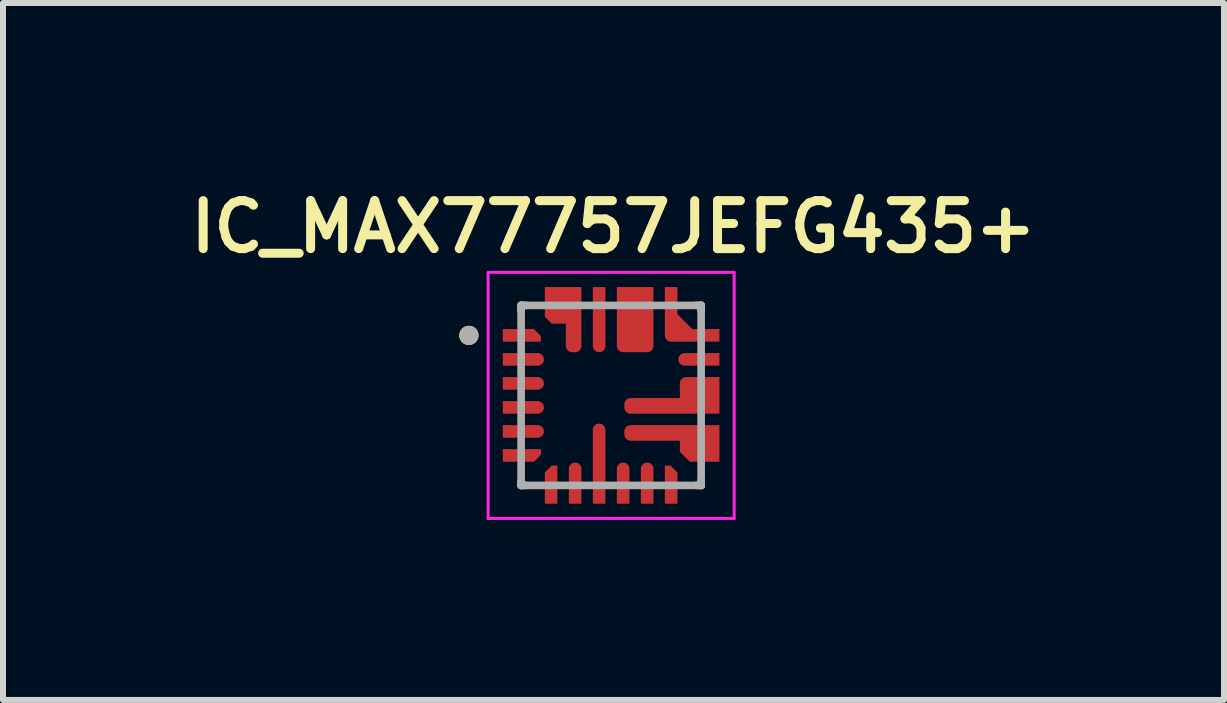
<source format=kicad_pcb>
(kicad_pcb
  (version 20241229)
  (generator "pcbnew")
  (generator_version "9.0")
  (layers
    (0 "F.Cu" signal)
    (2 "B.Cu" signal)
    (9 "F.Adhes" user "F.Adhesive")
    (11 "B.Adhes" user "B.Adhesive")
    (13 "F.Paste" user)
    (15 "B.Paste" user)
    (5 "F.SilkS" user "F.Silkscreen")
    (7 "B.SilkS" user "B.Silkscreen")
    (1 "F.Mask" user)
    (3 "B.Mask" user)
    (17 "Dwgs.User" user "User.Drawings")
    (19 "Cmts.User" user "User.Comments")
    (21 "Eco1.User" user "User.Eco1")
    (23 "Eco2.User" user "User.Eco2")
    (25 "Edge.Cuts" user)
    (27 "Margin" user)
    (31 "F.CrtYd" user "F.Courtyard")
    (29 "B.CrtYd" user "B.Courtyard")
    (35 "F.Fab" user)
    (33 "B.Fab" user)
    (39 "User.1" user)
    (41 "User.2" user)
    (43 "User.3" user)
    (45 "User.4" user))
  (footprint "IC_MAX77757JEFG435+"
    (layer "F.Cu")
    (at 7.134 3.539)
    (property "Reference" "IC_MAX77757JEFG435+" (at 0.04 -2.808 0) (layer "F.SilkS") (effects (font (size 0.8 0.8) (thickness 0.15))))
    (attr through_hole)
    (fp_poly (pts (xy -1.85 -0.85) (xy -1.125 -0.85) (xy -1.125 -1.013) (xy -1.262 -1.15) (xy -1.85 -1.15)) (stroke (width 0.01) (type solid)) (fill yes) (layer "F.Mask"))
    (fp_poly (pts (xy -1.85 0.85) (xy -1.125 0.85) (xy -1.125 1.013) (xy -1.262 1.15) (xy -1.85 1.15)) (stroke (width 0.01) (type solid)) (fill yes) (layer "F.Mask"))
    (fp_poly (pts (xy -0.85 1.85) (xy -0.85 1.125) (xy -1.013 1.125) (xy -1.15 1.262) (xy -1.15 1.85)) (stroke (width 0.01) (type solid)) (fill yes) (layer "F.Mask"))
    (fp_poly (pts (xy 0.85 1.85) (xy 0.85 1.125) (xy 1.013 1.125) (xy 1.15 1.262) (xy 1.15 1.85)) (stroke (width 0.01) (type solid)) (fill yes) (layer "F.Mask"))
    (fp_poly (pts (xy 1.85 -0.85) (xy 1 -0.85) (xy 0.992 -0.85) (xy 0.984 -0.851) (xy 0.977 -0.852) (xy 0.969 -0.853) (xy 0.961 -0.855) (xy 0.954 -0.857) (xy 0.946 -0.86) (xy 0.939 -0.863) (xy 0.932 -0.866) (xy 0.925 -0.87) (xy 0.918 -0.874) (xy 0.912 -0.879) (xy 0.906 -0.883) (xy 0.9 -0.889) (xy 0.894 -0.894) (xy 0.889 -0.9) (xy 0.883 -0.906) (xy 0.879 -0.912) (xy 0.874 -0.918) (xy 0.87 -0.925) (xy 0.866 -0.932) (xy 0.863 -0.939) (xy 0.86 -0.946) (xy 0.857 -0.954) (xy 0.855 -0.961) (xy 0.853 -0.969) (xy 0.852 -0.977) (xy 0.851 -0.984) (xy 0.85 -0.992) (xy 0.85 -1) (xy 0.85 -1.85) (xy 1.15 -1.85) (xy 1.15 -1.375) (xy 1.375 -1.15) (xy 1.85 -1.15) (xy 1.85 -0.85)) (stroke (width 0.01) (type solid)) (fill yes) (layer "F.Mask"))
    (fp_poly (pts (xy -1.85 -0.75) (xy -1.225 -0.75) (xy -1.217 -0.75) (xy -1.209 -0.749) (xy -1.202 -0.748) (xy -1.194 -0.747) (xy -1.186 -0.745) (xy -1.179 -0.743) (xy -1.171 -0.74) (xy -1.164 -0.737) (xy -1.157 -0.734) (xy -1.15 -0.73) (xy -1.143 -0.726) (xy -1.137 -0.721) (xy -1.131 -0.717) (xy -1.125 -0.711) (xy -1.119 -0.706) (xy -1.114 -0.7) (xy -1.108 -0.694) (xy -1.104 -0.688) (xy -1.099 -0.682) (xy -1.095 -0.675) (xy -1.091 -0.668) (xy -1.088 -0.661) (xy -1.085 -0.654) (xy -1.082 -0.646) (xy -1.08 -0.639) (xy -1.078 -0.631) (xy -1.077 -0.623) (xy -1.076 -0.616) (xy -1.075 -0.608) (xy -1.075 -0.6) (xy -1.075 -0.592) (xy -1.076 -0.584) (xy -1.077 -0.577) (xy -1.078 -0.569) (xy -1.08 -0.561) (xy -1.082 -0.554) (xy -1.085 -0.546) (xy -1.088 -0.539) (xy -1.091 -0.532) (xy -1.095 -0.525) (xy -1.099 -0.518) (xy -1.104 -0.512) (xy -1.108 -0.506) (xy -1.114 -0.5) (xy -1.119 -0.494) (xy -1.125 -0.489) (xy -1.131 -0.483) (xy -1.137 -0.479) (xy -1.143 -0.474) (xy -1.15 -0.47) (xy -1.157 -0.466) (xy -1.164 -0.463) (xy -1.171 -0.46) (xy -1.179 -0.457) (xy -1.186 -0.455) (xy -1.194 -0.453) (xy -1.202 -0.452) (xy -1.209 -0.451) (xy -1.217 -0.45) (xy -1.225 -0.45) (xy -1.85 -0.45) (xy -1.85 -0.75)) (stroke (width 0.01) (type solid)) (fill yes) (layer "F.Mask"))
    (fp_poly (pts (xy -1.85 -0.35) (xy -1.225 -0.35) (xy -1.217 -0.35) (xy -1.209 -0.349) (xy -1.202 -0.348) (xy -1.194 -0.347) (xy -1.186 -0.345) (xy -1.179 -0.343) (xy -1.171 -0.34) (xy -1.164 -0.337) (xy -1.157 -0.334) (xy -1.15 -0.33) (xy -1.143 -0.326) (xy -1.137 -0.321) (xy -1.131 -0.317) (xy -1.125 -0.311) (xy -1.119 -0.306) (xy -1.114 -0.3) (xy -1.108 -0.294) (xy -1.104 -0.288) (xy -1.099 -0.282) (xy -1.095 -0.275) (xy -1.091 -0.268) (xy -1.088 -0.261) (xy -1.085 -0.254) (xy -1.082 -0.246) (xy -1.08 -0.239) (xy -1.078 -0.231) (xy -1.077 -0.223) (xy -1.076 -0.216) (xy -1.075 -0.208) (xy -1.075 -0.2) (xy -1.075 -0.192) (xy -1.076 -0.184) (xy -1.077 -0.177) (xy -1.078 -0.169) (xy -1.08 -0.161) (xy -1.082 -0.154) (xy -1.085 -0.146) (xy -1.088 -0.139) (xy -1.091 -0.132) (xy -1.095 -0.125) (xy -1.099 -0.118) (xy -1.104 -0.112) (xy -1.108 -0.106) (xy -1.114 -0.1) (xy -1.119 -0.094) (xy -1.125 -0.089) (xy -1.131 -0.083) (xy -1.137 -0.079) (xy -1.143 -0.074) (xy -1.15 -0.07) (xy -1.157 -0.066) (xy -1.164 -0.063) (xy -1.171 -0.06) (xy -1.179 -0.057) (xy -1.186 -0.055) (xy -1.194 -0.053) (xy -1.202 -0.052) (xy -1.209 -0.051) (xy -1.217 -0.05) (xy -1.225 -0.05) (xy -1.85 -0.05) (xy -1.85 -0.35)) (stroke (width 0.01) (type solid)) (fill yes) (layer "F.Mask"))
    (fp_poly (pts (xy -1.85 0.05) (xy -1.225 0.05) (xy -1.217 0.05) (xy -1.209 0.051) (xy -1.202 0.052) (xy -1.194 0.053) (xy -1.186 0.055) (xy -1.179 0.057) (xy -1.171 0.06) (xy -1.164 0.063) (xy -1.157 0.066) (xy -1.15 0.07) (xy -1.143 0.074) (xy -1.137 0.079) (xy -1.131 0.083) (xy -1.125 0.089) (xy -1.119 0.094) (xy -1.114 0.1) (xy -1.108 0.106) (xy -1.104 0.112) (xy -1.099 0.118) (xy -1.095 0.125) (xy -1.091 0.132) (xy -1.088 0.139) (xy -1.085 0.146) (xy -1.082 0.154) (xy -1.08 0.161) (xy -1.078 0.169) (xy -1.077 0.177) (xy -1.076 0.184) (xy -1.075 0.192) (xy -1.075 0.2) (xy -1.075 0.208) (xy -1.076 0.216) (xy -1.077 0.223) (xy -1.078 0.231) (xy -1.08 0.239) (xy -1.082 0.246) (xy -1.085 0.254) (xy -1.088 0.261) (xy -1.091 0.268) (xy -1.095 0.275) (xy -1.099 0.282) (xy -1.104 0.288) (xy -1.108 0.294) (xy -1.114 0.3) (xy -1.119 0.306) (xy -1.125 0.311) (xy -1.131 0.317) (xy -1.137 0.321) (xy -1.143 0.326) (xy -1.15 0.33) (xy -1.157 0.334) (xy -1.164 0.337) (xy -1.171 0.34) (xy -1.179 0.343) (xy -1.186 0.345) (xy -1.194 0.347) (xy -1.202 0.348) (xy -1.209 0.349) (xy -1.217 0.35) (xy -1.225 0.35) (xy -1.85 0.35) (xy -1.85 0.05)) (stroke (width 0.01) (type solid)) (fill yes) (layer "F.Mask"))
    (fp_poly (pts (xy -1.85 0.45) (xy -1.225 0.45) (xy -1.217 0.45) (xy -1.209 0.451) (xy -1.202 0.452) (xy -1.194 0.453) (xy -1.186 0.455) (xy -1.179 0.457) (xy -1.171 0.46) (xy -1.164 0.463) (xy -1.157 0.466) (xy -1.15 0.47) (xy -1.143 0.474) (xy -1.137 0.479) (xy -1.131 0.483) (xy -1.125 0.489) (xy -1.119 0.494) (xy -1.114 0.5) (xy -1.108 0.506) (xy -1.104 0.512) (xy -1.099 0.518) (xy -1.095 0.525) (xy -1.091 0.532) (xy -1.088 0.539) (xy -1.085 0.546) (xy -1.082 0.554) (xy -1.08 0.561) (xy -1.078 0.569) (xy -1.077 0.577) (xy -1.076 0.584) (xy -1.075 0.592) (xy -1.075 0.6) (xy -1.075 0.608) (xy -1.076 0.616) (xy -1.077 0.623) (xy -1.078 0.631) (xy -1.08 0.639) (xy -1.082 0.646) (xy -1.085 0.654) (xy -1.088 0.661) (xy -1.091 0.668) (xy -1.095 0.675) (xy -1.099 0.682) (xy -1.104 0.688) (xy -1.108 0.694) (xy -1.114 0.7) (xy -1.119 0.706) (xy -1.125 0.711) (xy -1.131 0.717) (xy -1.137 0.721) (xy -1.143 0.726) (xy -1.15 0.73) (xy -1.157 0.734) (xy -1.164 0.737) (xy -1.171 0.74) (xy -1.179 0.743) (xy -1.186 0.745) (xy -1.194 0.747) (xy -1.202 0.748) (xy -1.209 0.749) (xy -1.217 0.75) (xy -1.225 0.75) (xy -1.85 0.75) (xy -1.85 0.45)) (stroke (width 0.01) (type solid)) (fill yes) (layer "F.Mask"))
    (fp_poly (pts (xy -0.75 1.85) (xy -0.75 1.225) (xy -0.75 1.217) (xy -0.749 1.209) (xy -0.748 1.202) (xy -0.747 1.194) (xy -0.745 1.186) (xy -0.743 1.179) (xy -0.74 1.171) (xy -0.737 1.164) (xy -0.734 1.157) (xy -0.73 1.15) (xy -0.726 1.143) (xy -0.721 1.137) (xy -0.717 1.131) (xy -0.711 1.125) (xy -0.706 1.119) (xy -0.7 1.114) (xy -0.694 1.108) (xy -0.688 1.104) (xy -0.682 1.099) (xy -0.675 1.095) (xy -0.668 1.091) (xy -0.661 1.088) (xy -0.654 1.085) (xy -0.646 1.082) (xy -0.639 1.08) (xy -0.631 1.078) (xy -0.623 1.077) (xy -0.616 1.076) (xy -0.608 1.075) (xy -0.6 1.075) (xy -0.592 1.075) (xy -0.584 1.076) (xy -0.577 1.077) (xy -0.569 1.078) (xy -0.561 1.08) (xy -0.554 1.082) (xy -0.546 1.085) (xy -0.539 1.088) (xy -0.532 1.091) (xy -0.525 1.095) (xy -0.518 1.099) (xy -0.512 1.104) (xy -0.506 1.108) (xy -0.5 1.114) (xy -0.494 1.119) (xy -0.489 1.125) (xy -0.483 1.131) (xy -0.479 1.137) (xy -0.474 1.143) (xy -0.47 1.15) (xy -0.466 1.157) (xy -0.463 1.164) (xy -0.46 1.171) (xy -0.457 1.179) (xy -0.455 1.186) (xy -0.453 1.194) (xy -0.452 1.202) (xy -0.451 1.209) (xy -0.45 1.217) (xy -0.45 1.225) (xy -0.45 1.85) (xy -0.75 1.85)) (stroke (width 0.01) (type solid)) (fill yes) (layer "F.Mask"))
    (fp_poly (pts (xy -0.35 1.85) (xy -0.35 0.575) (xy -0.35 0.567) (xy -0.349 0.559) (xy -0.348 0.552) (xy -0.347 0.544) (xy -0.345 0.536) (xy -0.343 0.529) (xy -0.34 0.521) (xy -0.337 0.514) (xy -0.334 0.507) (xy -0.33 0.5) (xy -0.326 0.493) (xy -0.321 0.487) (xy -0.317 0.481) (xy -0.311 0.475) (xy -0.306 0.469) (xy -0.3 0.464) (xy -0.294 0.458) (xy -0.288 0.454) (xy -0.282 0.449) (xy -0.275 0.445) (xy -0.268 0.441) (xy -0.261 0.438) (xy -0.254 0.435) (xy -0.246 0.432) (xy -0.239 0.43) (xy -0.231 0.428) (xy -0.223 0.427) (xy -0.216 0.426) (xy -0.208 0.425) (xy -0.2 0.425) (xy -0.192 0.425) (xy -0.184 0.426) (xy -0.177 0.427) (xy -0.169 0.428) (xy -0.161 0.43) (xy -0.154 0.432) (xy -0.146 0.435) (xy -0.139 0.438) (xy -0.132 0.441) (xy -0.125 0.445) (xy -0.118 0.449) (xy -0.112 0.454) (xy -0.106 0.458) (xy -0.1 0.464) (xy -0.094 0.469) (xy -0.089 0.475) (xy -0.083 0.481) (xy -0.079 0.487) (xy -0.074 0.493) (xy -0.07 0.5) (xy -0.066 0.507) (xy -0.063 0.514) (xy -0.06 0.521) (xy -0.057 0.529) (xy -0.055 0.536) (xy -0.053 0.544) (xy -0.052 0.552) (xy -0.051 0.559) (xy -0.05 0.567) (xy -0.05 0.575) (xy -0.05 1.85) (xy -0.35 1.85)) (stroke (width 0.01) (type solid)) (fill yes) (layer "F.Mask"))
    (fp_poly (pts (xy -0.05 -1.85) (xy -0.05 -0.825) (xy -0.05 -0.817) (xy -0.051 -0.809) (xy -0.052 -0.802) (xy -0.053 -0.794) (xy -0.055 -0.786) (xy -0.057 -0.779) (xy -0.06 -0.771) (xy -0.063 -0.764) (xy -0.066 -0.757) (xy -0.07 -0.75) (xy -0.074 -0.743) (xy -0.079 -0.737) (xy -0.083 -0.731) (xy -0.089 -0.725) (xy -0.094 -0.719) (xy -0.1 -0.714) (xy -0.106 -0.708) (xy -0.112 -0.704) (xy -0.118 -0.699) (xy -0.125 -0.695) (xy -0.132 -0.691) (xy -0.139 -0.688) (xy -0.146 -0.685) (xy -0.154 -0.682) (xy -0.161 -0.68) (xy -0.169 -0.678) (xy -0.177 -0.677) (xy -0.184 -0.676) (xy -0.192 -0.675) (xy -0.2 -0.675) (xy -0.208 -0.675) (xy -0.216 -0.676) (xy -0.223 -0.677) (xy -0.231 -0.678) (xy -0.239 -0.68) (xy -0.246 -0.682) (xy -0.254 -0.685) (xy -0.261 -0.688) (xy -0.268 -0.691) (xy -0.275 -0.695) (xy -0.282 -0.699) (xy -0.288 -0.704) (xy -0.294 -0.708) (xy -0.3 -0.714) (xy -0.306 -0.719) (xy -0.311 -0.725) (xy -0.317 -0.731) (xy -0.321 -0.737) (xy -0.326 -0.743) (xy -0.33 -0.75) (xy -0.334 -0.757) (xy -0.337 -0.764) (xy -0.34 -0.771) (xy -0.343 -0.779) (xy -0.345 -0.786) (xy -0.347 -0.794) (xy -0.348 -0.802) (xy -0.349 -0.809) (xy -0.35 -0.817) (xy -0.35 -0.825) (xy -0.35 -1.85) (xy -0.05 -1.85)) (stroke (width 0.01) (type solid)) (fill yes) (layer "F.Mask"))
    (fp_poly (pts (xy 0.05 1.85) (xy 0.05 1.225) (xy 0.05 1.217) (xy 0.051 1.209) (xy 0.052 1.202) (xy 0.053 1.194) (xy 0.055 1.186) (xy 0.057 1.179) (xy 0.06 1.171) (xy 0.063 1.164) (xy 0.066 1.157) (xy 0.07 1.15) (xy 0.074 1.143) (xy 0.079 1.137) (xy 0.083 1.131) (xy 0.089 1.125) (xy 0.094 1.119) (xy 0.1 1.114) (xy 0.106 1.108) (xy 0.112 1.104) (xy 0.118 1.099) (xy 0.125 1.095) (xy 0.132 1.091) (xy 0.139 1.088) (xy 0.146 1.085) (xy 0.154 1.082) (xy 0.161 1.08) (xy 0.169 1.078) (xy 0.177 1.077) (xy 0.184 1.076) (xy 0.192 1.075) (xy 0.2 1.075) (xy 0.208 1.075) (xy 0.216 1.076) (xy 0.223 1.077) (xy 0.231 1.078) (xy 0.239 1.08) (xy 0.246 1.082) (xy 0.254 1.085) (xy 0.261 1.088) (xy 0.268 1.091) (xy 0.275 1.095) (xy 0.282 1.099) (xy 0.288 1.104) (xy 0.294 1.108) (xy 0.3 1.114) (xy 0.306 1.119) (xy 0.311 1.125) (xy 0.317 1.131) (xy 0.321 1.137) (xy 0.326 1.143) (xy 0.33 1.15) (xy 0.334 1.157) (xy 0.337 1.164) (xy 0.34 1.171) (xy 0.343 1.179) (xy 0.345 1.186) (xy 0.347 1.194) (xy 0.348 1.202) (xy 0.349 1.209) (xy 0.35 1.217) (xy 0.35 1.225) (xy 0.35 1.85) (xy 0.05 1.85)) (stroke (width 0.01) (type solid)) (fill yes) (layer "F.Mask"))
    (fp_poly (pts (xy 0.45 1.85) (xy 0.45 1.225) (xy 0.45 1.217) (xy 0.451 1.209) (xy 0.452 1.202) (xy 0.453 1.194) (xy 0.455 1.186) (xy 0.457 1.179) (xy 0.46 1.171) (xy 0.463 1.164) (xy 0.466 1.157) (xy 0.47 1.15) (xy 0.474 1.143) (xy 0.479 1.137) (xy 0.483 1.131) (xy 0.489 1.125) (xy 0.494 1.119) (xy 0.5 1.114) (xy 0.506 1.108) (xy 0.512 1.104) (xy 0.518 1.099) (xy 0.525 1.095) (xy 0.532 1.091) (xy 0.539 1.088) (xy 0.546 1.085) (xy 0.554 1.082) (xy 0.561 1.08) (xy 0.569 1.078) (xy 0.577 1.077) (xy 0.584 1.076) (xy 0.592 1.075) (xy 0.6 1.075) (xy 0.608 1.075) (xy 0.616 1.076) (xy 0.623 1.077) (xy 0.631 1.078) (xy 0.639 1.08) (xy 0.646 1.082) (xy 0.654 1.085) (xy 0.661 1.088) (xy 0.668 1.091) (xy 0.675 1.095) (xy 0.682 1.099) (xy 0.688 1.104) (xy 0.694 1.108) (xy 0.7 1.114) (xy 0.706 1.119) (xy 0.711 1.125) (xy 0.717 1.131) (xy 0.721 1.137) (xy 0.726 1.143) (xy 0.73 1.15) (xy 0.734 1.157) (xy 0.737 1.164) (xy 0.74 1.171) (xy 0.743 1.179) (xy 0.745 1.186) (xy 0.747 1.194) (xy 0.748 1.202) (xy 0.749 1.209) (xy 0.75 1.217) (xy 0.75 1.225) (xy 0.75 1.85) (xy 0.45 1.85)) (stroke (width 0.01) (type solid)) (fill yes) (layer "F.Mask"))
    (fp_poly (pts (xy 1.85 -0.45) (xy 1.225 -0.45) (xy 1.217 -0.45) (xy 1.209 -0.451) (xy 1.202 -0.452) (xy 1.194 -0.453) (xy 1.186 -0.455) (xy 1.179 -0.457) (xy 1.171 -0.46) (xy 1.164 -0.463) (xy 1.157 -0.466) (xy 1.15 -0.47) (xy 1.143 -0.474) (xy 1.137 -0.479) (xy 1.131 -0.483) (xy 1.125 -0.489) (xy 1.119 -0.494) (xy 1.114 -0.5) (xy 1.108 -0.506) (xy 1.104 -0.512) (xy 1.099 -0.518) (xy 1.095 -0.525) (xy 1.091 -0.532) (xy 1.088 -0.539) (xy 1.085 -0.546) (xy 1.082 -0.554) (xy 1.08 -0.561) (xy 1.078 -0.569) (xy 1.077 -0.577) (xy 1.076 -0.584) (xy 1.075 -0.592) (xy 1.075 -0.6) (xy 1.075 -0.608) (xy 1.076 -0.616) (xy 1.077 -0.623) (xy 1.078 -0.631) (xy 1.08 -0.639) (xy 1.082 -0.646) (xy 1.085 -0.654) (xy 1.088 -0.661) (xy 1.091 -0.668) (xy 1.095 -0.675) (xy 1.099 -0.682) (xy 1.104 -0.688) (xy 1.108 -0.694) (xy 1.114 -0.7) (xy 1.119 -0.706) (xy 1.125 -0.711) (xy 1.131 -0.717) (xy 1.137 -0.721) (xy 1.143 -0.726) (xy 1.15 -0.73) (xy 1.157 -0.734) (xy 1.164 -0.737) (xy 1.171 -0.74) (xy 1.179 -0.743) (xy 1.186 -0.745) (xy 1.194 -0.747) (xy 1.202 -0.748) (xy 1.209 -0.749) (xy 1.217 -0.75) (xy 1.225 -0.75) (xy 1.85 -0.75) (xy 1.85 -0.45)) (stroke (width 0.01) (type solid)) (fill yes) (layer "F.Mask"))
    (fp_poly (pts (xy 0.75 -1.85) (xy 0.75 -0.825) (xy 0.75 -0.817) (xy 0.749 -0.809) (xy 0.748 -0.802) (xy 0.747 -0.794) (xy 0.745 -0.786) (xy 0.743 -0.779) (xy 0.74 -0.771) (xy 0.737 -0.764) (xy 0.734 -0.757) (xy 0.73 -0.75) (xy 0.726 -0.743) (xy 0.721 -0.737) (xy 0.717 -0.731) (xy 0.711 -0.725) (xy 0.706 -0.719) (xy 0.7 -0.714) (xy 0.694 -0.708) (xy 0.688 -0.704) (xy 0.682 -0.699) (xy 0.675 -0.695) (xy 0.668 -0.691) (xy 0.661 -0.688) (xy 0.654 -0.685) (xy 0.646 -0.682) (xy 0.639 -0.68) (xy 0.631 -0.678) (xy 0.623 -0.677) (xy 0.616 -0.676) (xy 0.608 -0.675) (xy 0.6 -0.675) (xy 0.2 -0.675) (xy 0.192 -0.675) (xy 0.184 -0.676) (xy 0.177 -0.677) (xy 0.169 -0.678) (xy 0.161 -0.68) (xy 0.154 -0.682) (xy 0.146 -0.685) (xy 0.139 -0.688) (xy 0.132 -0.691) (xy 0.125 -0.695) (xy 0.118 -0.699) (xy 0.112 -0.704) (xy 0.106 -0.708) (xy 0.1 -0.714) (xy 0.094 -0.719) (xy 0.089 -0.725) (xy 0.083 -0.731) (xy 0.079 -0.737) (xy 0.074 -0.743) (xy 0.07 -0.75) (xy 0.066 -0.757) (xy 0.063 -0.764) (xy 0.06 -0.771) (xy 0.057 -0.779) (xy 0.055 -0.786) (xy 0.053 -0.794) (xy 0.052 -0.802) (xy 0.051 -0.809) (xy 0.05 -0.817) (xy 0.05 -0.825) (xy 0.05 -1.85) (xy 0.75 -1.85)) (stroke (width 0.01) (type solid)) (fill yes) (layer "F.Mask"))
    (fp_poly (pts (xy -0.45 -1.85) (xy -0.45 -0.825) (xy -0.45 -0.817) (xy -0.451 -0.809) (xy -0.452 -0.802) (xy -0.453 -0.794) (xy -0.455 -0.786) (xy -0.457 -0.779) (xy -0.46 -0.771) (xy -0.463 -0.764) (xy -0.466 -0.757) (xy -0.47 -0.75) (xy -0.474 -0.743) (xy -0.479 -0.737) (xy -0.483 -0.731) (xy -0.489 -0.725) (xy -0.494 -0.719) (xy -0.5 -0.714) (xy -0.506 -0.708) (xy -0.512 -0.704) (xy -0.518 -0.699) (xy -0.525 -0.695) (xy -0.532 -0.691) (xy -0.539 -0.688) (xy -0.546 -0.685) (xy -0.554 -0.682) (xy -0.561 -0.68) (xy -0.569 -0.678) (xy -0.577 -0.677) (xy -0.584 -0.676) (xy -0.592 -0.675) (xy -0.6 -0.675) (xy -0.65 -0.675) (xy -0.658 -0.675) (xy -0.666 -0.676) (xy -0.673 -0.677) (xy -0.681 -0.678) (xy -0.689 -0.68) (xy -0.696 -0.682) (xy -0.704 -0.685) (xy -0.711 -0.688) (xy -0.718 -0.691) (xy -0.725 -0.695) (xy -0.732 -0.699) (xy -0.738 -0.704) (xy -0.744 -0.708) (xy -0.75 -0.714) (xy -0.756 -0.719) (xy -0.761 -0.725) (xy -0.767 -0.731) (xy -0.771 -0.737) (xy -0.776 -0.743) (xy -0.78 -0.75) (xy -0.784 -0.757) (xy -0.787 -0.764) (xy -0.79 -0.771) (xy -0.793 -0.779) (xy -0.795 -0.786) (xy -0.797 -0.794) (xy -0.798 -0.802) (xy -0.799 -0.809) (xy -0.8 -0.817) (xy -0.8 -0.825) (xy -0.8 -1.15) (xy -1.013 -1.15) (xy -1.15 -1.287) (xy -1.15 -1.85) (xy -0.45 -1.85)) (stroke (width 0.01) (type solid)) (fill yes) (layer "F.Mask"))
    (fp_poly (pts (xy 1.85 1.15) (xy 1.287 1.15) (xy 1.1 0.963) (xy 1.1 0.8) (xy 0.325 0.8) (xy 0.317 0.8) (xy 0.309 0.799) (xy 0.302 0.798) (xy 0.294 0.797) (xy 0.286 0.795) (xy 0.279 0.793) (xy 0.271 0.79) (xy 0.264 0.787) (xy 0.257 0.784) (xy 0.25 0.78) (xy 0.243 0.776) (xy 0.237 0.771) (xy 0.231 0.767) (xy 0.225 0.761) (xy 0.219 0.756) (xy 0.214 0.75) (xy 0.208 0.744) (xy 0.204 0.738) (xy 0.199 0.732) (xy 0.195 0.725) (xy 0.191 0.718) (xy 0.188 0.711) (xy 0.185 0.704) (xy 0.182 0.696) (xy 0.18 0.689) (xy 0.178 0.681) (xy 0.177 0.673) (xy 0.176 0.666) (xy 0.175 0.658) (xy 0.175 0.65) (xy 0.175 0.6) (xy 0.175 0.592) (xy 0.176 0.584) (xy 0.177 0.577) (xy 0.178 0.569) (xy 0.18 0.561) (xy 0.182 0.554) (xy 0.185 0.546) (xy 0.188 0.539) (xy 0.191 0.532) (xy 0.195 0.525) (xy 0.199 0.518) (xy 0.204 0.512) (xy 0.208 0.506) (xy 0.214 0.5) (xy 0.219 0.494) (xy 0.225 0.489) (xy 0.231 0.483) (xy 0.237 0.479) (xy 0.243 0.474) (xy 0.25 0.47) (xy 0.257 0.466) (xy 0.264 0.463) (xy 0.271 0.46) (xy 0.279 0.457) (xy 0.286 0.455) (xy 0.294 0.453) (xy 0.302 0.452) (xy 0.309 0.451) (xy 0.317 0.45) (xy 0.325 0.45) (xy 1.85 0.45) (xy 1.85 1.15)) (stroke (width 0.01) (type solid)) (fill yes) (layer "F.Mask"))
    (fp_poly (pts (xy 1.85 0.35) (xy 0.325 0.35) (xy 0.317 0.35) (xy 0.309 0.349) (xy 0.302 0.348) (xy 0.294 0.347) (xy 0.286 0.345) (xy 0.279 0.343) (xy 0.271 0.34) (xy 0.264 0.337) (xy 0.257 0.334) (xy 0.25 0.33) (xy 0.243 0.326) (xy 0.237 0.321) (xy 0.231 0.317) (xy 0.225 0.311) (xy 0.219 0.306) (xy 0.214 0.3) (xy 0.208 0.294) (xy 0.204 0.288) (xy 0.199 0.282) (xy 0.195 0.275) (xy 0.191 0.268) (xy 0.188 0.261) (xy 0.185 0.254) (xy 0.182 0.246) (xy 0.18 0.239) (xy 0.178 0.231) (xy 0.177 0.223) (xy 0.176 0.216) (xy 0.175 0.208) (xy 0.175 0.2) (xy 0.175 0.15) (xy 0.175 0.142) (xy 0.176 0.134) (xy 0.177 0.127) (xy 0.178 0.119) (xy 0.18 0.111) (xy 0.182 0.104) (xy 0.185 0.096) (xy 0.188 0.089) (xy 0.191 0.082) (xy 0.195 0.075) (xy 0.199 0.068) (xy 0.204 0.062) (xy 0.208 0.056) (xy 0.214 0.05) (xy 0.219 0.044) (xy 0.225 0.039) (xy 0.231 0.033) (xy 0.237 0.029) (xy 0.243 0.024) (xy 0.25 0.02) (xy 0.257 0.016) (xy 0.264 0.013) (xy 0.271 0.01) (xy 0.279 0.007) (xy 0.286 0.005) (xy 0.294 0.003) (xy 0.302 0.002) (xy 0.309 0.001) (xy 0.317 0) (xy 0.325 0) (xy 1.1 0) (xy 1.1 -0.2) (xy 1.1 -0.208) (xy 1.101 -0.216) (xy 1.102 -0.223) (xy 1.103 -0.231) (xy 1.105 -0.239) (xy 1.107 -0.246) (xy 1.11 -0.254) (xy 1.113 -0.261) (xy 1.116 -0.268) (xy 1.12 -0.275) (xy 1.124 -0.282) (xy 1.129 -0.288) (xy 1.133 -0.294) (xy 1.139 -0.3) (xy 1.144 -0.306) (xy 1.15 -0.311) (xy 1.156 -0.317) (xy 1.162 -0.321) (xy 1.168 -0.326) (xy 1.175 -0.33) (xy 1.182 -0.334) (xy 1.189 -0.337) (xy 1.196 -0.34) (xy 1.204 -0.343) (xy 1.211 -0.345) (xy 1.219 -0.347) (xy 1.227 -0.348) (xy 1.234 -0.349) (xy 1.242 -0.35) (xy 1.25 -0.35) (xy 1.85 -0.35) (xy 1.85 0.35)) (stroke (width 0.01) (type solid)) (fill yes) (layer "F.Mask"))
    (fp_line (start -1.5 -1.5) (end -1.5 -1.42) (stroke (width 0.127) (type solid)) (layer "F.SilkS"))
    (fp_line (start -1.5 -1.5) (end -1.42 -1.5) (stroke (width 0.127) (type solid)) (layer "F.SilkS"))
    (fp_line (start -1.5 1.5) (end -1.5 1.42) (stroke (width 0.127) (type solid)) (layer "F.SilkS"))
    (fp_line (start -1.5 1.5) (end -1.42 1.5) (stroke (width 0.127) (type solid)) (layer "F.SilkS"))
    (fp_line (start 1.5 -1.5) (end 1.42 -1.5) (stroke (width 0.127) (type solid)) (layer "F.SilkS"))
    (fp_line (start 1.5 -1.5) (end 1.5 -1.42) (stroke (width 0.127) (type solid)) (layer "F.SilkS"))
    (fp_line (start 1.5 1.5) (end 1.42 1.5) (stroke (width 0.127) (type solid)) (layer "F.SilkS"))
    (fp_line (start 1.5 1.5) (end 1.5 1.42) (stroke (width 0.127) (type solid)) (layer "F.SilkS"))
    (fp_circle (center -2.37 -1) (end -2.29 -1) (stroke (width 0.16) (type solid)) (fill no) (layer "F.SilkS"))
    (fp_poly (pts (xy -1.8 -0.9) (xy -1.175 -0.9) (xy -1.175 -0.988) (xy -1.287 -1.1) (xy -1.8 -1.1)) (stroke (width 0.01) (type solid)) (fill yes) (layer "F.Paste"))
    (fp_poly (pts (xy -1.8 0.9) (xy -1.175 0.9) (xy -1.175 0.988) (xy -1.287 1.1) (xy -1.8 1.1)) (stroke (width 0.01) (type solid)) (fill yes) (layer "F.Paste"))
    (fp_poly (pts (xy -0.9 1.8) (xy -0.9 1.175) (xy -0.988 1.175) (xy -1.1 1.287) (xy -1.1 1.8)) (stroke (width 0.01) (type solid)) (fill yes) (layer "F.Paste"))
    (fp_poly (pts (xy 0.9 1.8) (xy 0.9 1.175) (xy 0.988 1.175) (xy 1.1 1.287) (xy 1.1 1.8)) (stroke (width 0.01) (type solid)) (fill yes) (layer "F.Paste"))
    (fp_poly (pts (xy 1.8 -0.9) (xy 1 -0.9) (xy 0.995 -0.9) (xy 0.99 -0.901) (xy 0.984 -0.901) (xy 0.979 -0.902) (xy 0.974 -0.903) (xy 0.969 -0.905) (xy 0.964 -0.907) (xy 0.959 -0.909) (xy 0.955 -0.911) (xy 0.95 -0.913) (xy 0.946 -0.916) (xy 0.941 -0.919) (xy 0.937 -0.922) (xy 0.933 -0.926) (xy 0.929 -0.929) (xy 0.926 -0.933) (xy 0.922 -0.937) (xy 0.919 -0.941) (xy 0.916 -0.946) (xy 0.913 -0.95) (xy 0.911 -0.955) (xy 0.909 -0.959) (xy 0.907 -0.964) (xy 0.905 -0.969) (xy 0.903 -0.974) (xy 0.902 -0.979) (xy 0.901 -0.984) (xy 0.901 -0.99) (xy 0.9 -0.995) (xy 0.9 -1) (xy 0.9 -1.8) (xy 1.1 -1.8) (xy 1.1 -1.35) (xy 1.35 -1.1) (xy 1.8 -1.1) (xy 1.8 -0.9)) (stroke (width 0.01) (type solid)) (fill yes) (layer "F.Paste"))
    (fp_poly (pts (xy -1.8 -0.7) (xy -1.225 -0.7) (xy -1.22 -0.7) (xy -1.215 -0.699) (xy -1.209 -0.699) (xy -1.204 -0.698) (xy -1.199 -0.697) (xy -1.194 -0.695) (xy -1.189 -0.693) (xy -1.184 -0.691) (xy -1.18 -0.689) (xy -1.175 -0.687) (xy -1.171 -0.684) (xy -1.166 -0.681) (xy -1.162 -0.678) (xy -1.158 -0.674) (xy -1.154 -0.671) (xy -1.151 -0.667) (xy -1.147 -0.663) (xy -1.144 -0.659) (xy -1.141 -0.654) (xy -1.138 -0.65) (xy -1.136 -0.645) (xy -1.134 -0.641) (xy -1.132 -0.636) (xy -1.13 -0.631) (xy -1.128 -0.626) (xy -1.127 -0.621) (xy -1.126 -0.616) (xy -1.126 -0.61) (xy -1.125 -0.605) (xy -1.125 -0.6) (xy -1.125 -0.595) (xy -1.126 -0.59) (xy -1.126 -0.584) (xy -1.127 -0.579) (xy -1.128 -0.574) (xy -1.13 -0.569) (xy -1.132 -0.564) (xy -1.134 -0.559) (xy -1.136 -0.555) (xy -1.138 -0.55) (xy -1.141 -0.546) (xy -1.144 -0.541) (xy -1.147 -0.537) (xy -1.151 -0.533) (xy -1.154 -0.529) (xy -1.158 -0.526) (xy -1.162 -0.522) (xy -1.166 -0.519) (xy -1.171 -0.516) (xy -1.175 -0.513) (xy -1.18 -0.511) (xy -1.184 -0.509) (xy -1.189 -0.507) (xy -1.194 -0.505) (xy -1.199 -0.503) (xy -1.204 -0.502) (xy -1.209 -0.501) (xy -1.215 -0.501) (xy -1.22 -0.5) (xy -1.225 -0.5) (xy -1.8 -0.5) (xy -1.8 -0.7)) (stroke (width 0.01) (type solid)) (fill yes) (layer "F.Paste"))
    (fp_poly (pts (xy -1.8 -0.3) (xy -1.225 -0.3) (xy -1.22 -0.3) (xy -1.215 -0.299) (xy -1.209 -0.299) (xy -1.204 -0.298) (xy -1.199 -0.297) (xy -1.194 -0.295) (xy -1.189 -0.293) (xy -1.184 -0.291) (xy -1.18 -0.289) (xy -1.175 -0.287) (xy -1.171 -0.284) (xy -1.166 -0.281) (xy -1.162 -0.278) (xy -1.158 -0.274) (xy -1.154 -0.271) (xy -1.151 -0.267) (xy -1.147 -0.263) (xy -1.144 -0.259) (xy -1.141 -0.254) (xy -1.138 -0.25) (xy -1.136 -0.245) (xy -1.134 -0.241) (xy -1.132 -0.236) (xy -1.13 -0.231) (xy -1.128 -0.226) (xy -1.127 -0.221) (xy -1.126 -0.216) (xy -1.126 -0.21) (xy -1.125 -0.205) (xy -1.125 -0.2) (xy -1.125 -0.195) (xy -1.126 -0.19) (xy -1.126 -0.184) (xy -1.127 -0.179) (xy -1.128 -0.174) (xy -1.13 -0.169) (xy -1.132 -0.164) (xy -1.134 -0.159) (xy -1.136 -0.155) (xy -1.138 -0.15) (xy -1.141 -0.146) (xy -1.144 -0.141) (xy -1.147 -0.137) (xy -1.151 -0.133) (xy -1.154 -0.129) (xy -1.158 -0.126) (xy -1.162 -0.122) (xy -1.166 -0.119) (xy -1.171 -0.116) (xy -1.175 -0.113) (xy -1.18 -0.111) (xy -1.184 -0.109) (xy -1.189 -0.107) (xy -1.194 -0.105) (xy -1.199 -0.103) (xy -1.204 -0.102) (xy -1.209 -0.101) (xy -1.215 -0.101) (xy -1.22 -0.1) (xy -1.225 -0.1) (xy -1.8 -0.1) (xy -1.8 -0.3)) (stroke (width 0.01) (type solid)) (fill yes) (layer "F.Paste"))
    (fp_poly (pts (xy -1.8 0.1) (xy -1.225 0.1) (xy -1.22 0.1) (xy -1.215 0.101) (xy -1.209 0.101) (xy -1.204 0.102) (xy -1.199 0.103) (xy -1.194 0.105) (xy -1.189 0.107) (xy -1.184 0.109) (xy -1.18 0.111) (xy -1.175 0.113) (xy -1.171 0.116) (xy -1.166 0.119) (xy -1.162 0.122) (xy -1.158 0.126) (xy -1.154 0.129) (xy -1.151 0.133) (xy -1.147 0.137) (xy -1.144 0.141) (xy -1.141 0.146) (xy -1.138 0.15) (xy -1.136 0.155) (xy -1.134 0.159) (xy -1.132 0.164) (xy -1.13 0.169) (xy -1.128 0.174) (xy -1.127 0.179) (xy -1.126 0.184) (xy -1.126 0.19) (xy -1.125 0.195) (xy -1.125 0.2) (xy -1.125 0.205) (xy -1.126 0.21) (xy -1.126 0.216) (xy -1.127 0.221) (xy -1.128 0.226) (xy -1.13 0.231) (xy -1.132 0.236) (xy -1.134 0.241) (xy -1.136 0.245) (xy -1.138 0.25) (xy -1.141 0.254) (xy -1.144 0.259) (xy -1.147 0.263) (xy -1.151 0.267) (xy -1.154 0.271) (xy -1.158 0.274) (xy -1.162 0.278) (xy -1.166 0.281) (xy -1.171 0.284) (xy -1.175 0.287) (xy -1.18 0.289) (xy -1.184 0.291) (xy -1.189 0.293) (xy -1.194 0.295) (xy -1.199 0.297) (xy -1.204 0.298) (xy -1.209 0.299) (xy -1.215 0.299) (xy -1.22 0.3) (xy -1.225 0.3) (xy -1.8 0.3) (xy -1.8 0.1)) (stroke (width 0.01) (type solid)) (fill yes) (layer "F.Paste"))
    (fp_poly (pts (xy -1.8 0.5) (xy -1.225 0.5) (xy -1.22 0.5) (xy -1.215 0.501) (xy -1.209 0.501) (xy -1.204 0.502) (xy -1.199 0.503) (xy -1.194 0.505) (xy -1.189 0.507) (xy -1.184 0.509) (xy -1.18 0.511) (xy -1.175 0.513) (xy -1.171 0.516) (xy -1.166 0.519) (xy -1.162 0.522) (xy -1.158 0.526) (xy -1.154 0.529) (xy -1.151 0.533) (xy -1.147 0.537) (xy -1.144 0.541) (xy -1.141 0.546) (xy -1.138 0.55) (xy -1.136 0.555) (xy -1.134 0.559) (xy -1.132 0.564) (xy -1.13 0.569) (xy -1.128 0.574) (xy -1.127 0.579) (xy -1.126 0.584) (xy -1.126 0.59) (xy -1.125 0.595) (xy -1.125 0.6) (xy -1.125 0.605) (xy -1.126 0.61) (xy -1.126 0.616) (xy -1.127 0.621) (xy -1.128 0.626) (xy -1.13 0.631) (xy -1.132 0.636) (xy -1.134 0.641) (xy -1.136 0.645) (xy -1.138 0.65) (xy -1.141 0.654) (xy -1.144 0.659) (xy -1.147 0.663) (xy -1.151 0.667) (xy -1.154 0.671) (xy -1.158 0.674) (xy -1.162 0.678) (xy -1.166 0.681) (xy -1.171 0.684) (xy -1.175 0.687) (xy -1.18 0.689) (xy -1.184 0.691) (xy -1.189 0.693) (xy -1.194 0.695) (xy -1.199 0.697) (xy -1.204 0.698) (xy -1.209 0.699) (xy -1.215 0.699) (xy -1.22 0.7) (xy -1.225 0.7) (xy -1.8 0.7) (xy -1.8 0.5)) (stroke (width 0.01) (type solid)) (fill yes) (layer "F.Paste"))
    (fp_poly (pts (xy -0.7 1.8) (xy -0.7 1.225) (xy -0.7 1.22) (xy -0.699 1.215) (xy -0.699 1.209) (xy -0.698 1.204) (xy -0.697 1.199) (xy -0.695 1.194) (xy -0.693 1.189) (xy -0.691 1.184) (xy -0.689 1.18) (xy -0.687 1.175) (xy -0.684 1.171) (xy -0.681 1.166) (xy -0.678 1.162) (xy -0.674 1.158) (xy -0.671 1.154) (xy -0.667 1.151) (xy -0.663 1.147) (xy -0.659 1.144) (xy -0.654 1.141) (xy -0.65 1.138) (xy -0.645 1.136) (xy -0.641 1.134) (xy -0.636 1.132) (xy -0.631 1.13) (xy -0.626 1.128) (xy -0.621 1.127) (xy -0.616 1.126) (xy -0.61 1.126) (xy -0.605 1.125) (xy -0.6 1.125) (xy -0.595 1.125) (xy -0.59 1.126) (xy -0.584 1.126) (xy -0.579 1.127) (xy -0.574 1.128) (xy -0.569 1.13) (xy -0.564 1.132) (xy -0.559 1.134) (xy -0.555 1.136) (xy -0.55 1.138) (xy -0.546 1.141) (xy -0.541 1.144) (xy -0.537 1.147) (xy -0.533 1.151) (xy -0.529 1.154) (xy -0.526 1.158) (xy -0.522 1.162) (xy -0.519 1.166) (xy -0.516 1.171) (xy -0.513 1.175) (xy -0.511 1.18) (xy -0.509 1.184) (xy -0.507 1.189) (xy -0.505 1.194) (xy -0.503 1.199) (xy -0.502 1.204) (xy -0.501 1.209) (xy -0.501 1.215) (xy -0.5 1.22) (xy -0.5 1.225) (xy -0.5 1.8) (xy -0.7 1.8)) (stroke (width 0.01) (type solid)) (fill yes) (layer "F.Paste"))
    (fp_poly (pts (xy -0.3 1.8) (xy -0.3 0.575) (xy -0.3 0.57) (xy -0.299 0.565) (xy -0.299 0.559) (xy -0.298 0.554) (xy -0.297 0.549) (xy -0.295 0.544) (xy -0.293 0.539) (xy -0.291 0.534) (xy -0.289 0.53) (xy -0.287 0.525) (xy -0.284 0.521) (xy -0.281 0.516) (xy -0.278 0.512) (xy -0.274 0.508) (xy -0.271 0.504) (xy -0.267 0.501) (xy -0.263 0.497) (xy -0.259 0.494) (xy -0.254 0.491) (xy -0.25 0.488) (xy -0.245 0.486) (xy -0.241 0.484) (xy -0.236 0.482) (xy -0.231 0.48) (xy -0.226 0.478) (xy -0.221 0.477) (xy -0.216 0.476) (xy -0.21 0.476) (xy -0.205 0.475) (xy -0.2 0.475) (xy -0.195 0.475) (xy -0.19 0.476) (xy -0.184 0.476) (xy -0.179 0.477) (xy -0.174 0.478) (xy -0.169 0.48) (xy -0.164 0.482) (xy -0.159 0.484) (xy -0.155 0.486) (xy -0.15 0.488) (xy -0.146 0.491) (xy -0.141 0.494) (xy -0.137 0.497) (xy -0.133 0.501) (xy -0.129 0.504) (xy -0.126 0.508) (xy -0.122 0.512) (xy -0.119 0.516) (xy -0.116 0.521) (xy -0.113 0.525) (xy -0.111 0.53) (xy -0.109 0.534) (xy -0.107 0.539) (xy -0.105 0.544) (xy -0.103 0.549) (xy -0.102 0.554) (xy -0.101 0.559) (xy -0.101 0.565) (xy -0.1 0.57) (xy -0.1 0.575) (xy -0.1 1.8) (xy -0.3 1.8)) (stroke (width 0.01) (type solid)) (fill yes) (layer "F.Paste"))
    (fp_poly (pts (xy -0.1 -1.8) (xy -0.1 -0.825) (xy -0.1 -0.82) (xy -0.101 -0.815) (xy -0.101 -0.809) (xy -0.102 -0.804) (xy -0.103 -0.799) (xy -0.105 -0.794) (xy -0.107 -0.789) (xy -0.109 -0.784) (xy -0.111 -0.78) (xy -0.113 -0.775) (xy -0.116 -0.771) (xy -0.119 -0.766) (xy -0.122 -0.762) (xy -0.126 -0.758) (xy -0.129 -0.754) (xy -0.133 -0.751) (xy -0.137 -0.747) (xy -0.141 -0.744) (xy -0.146 -0.741) (xy -0.15 -0.738) (xy -0.155 -0.736) (xy -0.159 -0.734) (xy -0.164 -0.732) (xy -0.169 -0.73) (xy -0.174 -0.728) (xy -0.179 -0.727) (xy -0.184 -0.726) (xy -0.19 -0.726) (xy -0.195 -0.725) (xy -0.2 -0.725) (xy -0.205 -0.725) (xy -0.21 -0.726) (xy -0.216 -0.726) (xy -0.221 -0.727) (xy -0.226 -0.728) (xy -0.231 -0.73) (xy -0.236 -0.732) (xy -0.241 -0.734) (xy -0.245 -0.736) (xy -0.25 -0.738) (xy -0.254 -0.741) (xy -0.259 -0.744) (xy -0.263 -0.747) (xy -0.267 -0.751) (xy -0.271 -0.754) (xy -0.274 -0.758) (xy -0.278 -0.762) (xy -0.281 -0.766) (xy -0.284 -0.771) (xy -0.287 -0.775) (xy -0.289 -0.78) (xy -0.291 -0.784) (xy -0.293 -0.789) (xy -0.295 -0.794) (xy -0.297 -0.799) (xy -0.298 -0.804) (xy -0.299 -0.809) (xy -0.299 -0.815) (xy -0.3 -0.82) (xy -0.3 -0.825) (xy -0.3 -1.8) (xy -0.1 -1.8)) (stroke (width 0.01) (type solid)) (fill yes) (layer "F.Paste"))
    (fp_poly (pts (xy 0.1 1.8) (xy 0.1 1.225) (xy 0.1 1.22) (xy 0.101 1.215) (xy 0.101 1.209) (xy 0.102 1.204) (xy 0.103 1.199) (xy 0.105 1.194) (xy 0.107 1.189) (xy 0.109 1.184) (xy 0.111 1.18) (xy 0.113 1.175) (xy 0.116 1.171) (xy 0.119 1.166) (xy 0.122 1.162) (xy 0.126 1.158) (xy 0.129 1.154) (xy 0.133 1.151) (xy 0.137 1.147) (xy 0.141 1.144) (xy 0.146 1.141) (xy 0.15 1.138) (xy 0.155 1.136) (xy 0.159 1.134) (xy 0.164 1.132) (xy 0.169 1.13) (xy 0.174 1.128) (xy 0.179 1.127) (xy 0.184 1.126) (xy 0.19 1.126) (xy 0.195 1.125) (xy 0.2 1.125) (xy 0.205 1.125) (xy 0.21 1.126) (xy 0.216 1.126) (xy 0.221 1.127) (xy 0.226 1.128) (xy 0.231 1.13) (xy 0.236 1.132) (xy 0.241 1.134) (xy 0.245 1.136) (xy 0.25 1.138) (xy 0.254 1.141) (xy 0.259 1.144) (xy 0.263 1.147) (xy 0.267 1.151) (xy 0.271 1.154) (xy 0.274 1.158) (xy 0.278 1.162) (xy 0.281 1.166) (xy 0.284 1.171) (xy 0.287 1.175) (xy 0.289 1.18) (xy 0.291 1.184) (xy 0.293 1.189) (xy 0.295 1.194) (xy 0.297 1.199) (xy 0.298 1.204) (xy 0.299 1.209) (xy 0.299 1.215) (xy 0.3 1.22) (xy 0.3 1.225) (xy 0.3 1.8) (xy 0.1 1.8)) (stroke (width 0.01) (type solid)) (fill yes) (layer "F.Paste"))
    (fp_poly (pts (xy 0.5 1.8) (xy 0.5 1.225) (xy 0.5 1.22) (xy 0.501 1.215) (xy 0.501 1.209) (xy 0.502 1.204) (xy 0.503 1.199) (xy 0.505 1.194) (xy 0.507 1.189) (xy 0.509 1.184) (xy 0.511 1.18) (xy 0.513 1.175) (xy 0.516 1.171) (xy 0.519 1.166) (xy 0.522 1.162) (xy 0.526 1.158) (xy 0.529 1.154) (xy 0.533 1.151) (xy 0.537 1.147) (xy 0.541 1.144) (xy 0.546 1.141) (xy 0.55 1.138) (xy 0.555 1.136) (xy 0.559 1.134) (xy 0.564 1.132) (xy 0.569 1.13) (xy 0.574 1.128) (xy 0.579 1.127) (xy 0.584 1.126) (xy 0.59 1.126) (xy 0.595 1.125) (xy 0.6 1.125) (xy 0.605 1.125) (xy 0.61 1.126) (xy 0.616 1.126) (xy 0.621 1.127) (xy 0.626 1.128) (xy 0.631 1.13) (xy 0.636 1.132) (xy 0.641 1.134) (xy 0.645 1.136) (xy 0.65 1.138) (xy 0.654 1.141) (xy 0.659 1.144) (xy 0.663 1.147) (xy 0.667 1.151) (xy 0.671 1.154) (xy 0.674 1.158) (xy 0.678 1.162) (xy 0.681 1.166) (xy 0.684 1.171) (xy 0.687 1.175) (xy 0.689 1.18) (xy 0.691 1.184) (xy 0.693 1.189) (xy 0.695 1.194) (xy 0.697 1.199) (xy 0.698 1.204) (xy 0.699 1.209) (xy 0.699 1.215) (xy 0.7 1.22) (xy 0.7 1.225) (xy 0.7 1.8) (xy 0.5 1.8)) (stroke (width 0.01) (type solid)) (fill yes) (layer "F.Paste"))
    (fp_poly (pts (xy 1.8 -0.5) (xy 1.225 -0.5) (xy 1.22 -0.5) (xy 1.215 -0.501) (xy 1.209 -0.501) (xy 1.204 -0.502) (xy 1.199 -0.503) (xy 1.194 -0.505) (xy 1.189 -0.507) (xy 1.184 -0.509) (xy 1.18 -0.511) (xy 1.175 -0.513) (xy 1.171 -0.516) (xy 1.166 -0.519) (xy 1.162 -0.522) (xy 1.158 -0.526) (xy 1.154 -0.529) (xy 1.151 -0.533) (xy 1.147 -0.537) (xy 1.144 -0.541) (xy 1.141 -0.546) (xy 1.138 -0.55) (xy 1.136 -0.555) (xy 1.134 -0.559) (xy 1.132 -0.564) (xy 1.13 -0.569) (xy 1.128 -0.574) (xy 1.127 -0.579) (xy 1.126 -0.584) (xy 1.126 -0.59) (xy 1.125 -0.595) (xy 1.125 -0.6) (xy 1.125 -0.605) (xy 1.126 -0.61) (xy 1.126 -0.616) (xy 1.127 -0.621) (xy 1.128 -0.626) (xy 1.13 -0.631) (xy 1.132 -0.636) (xy 1.134 -0.641) (xy 1.136 -0.645) (xy 1.138 -0.65) (xy 1.141 -0.654) (xy 1.144 -0.659) (xy 1.147 -0.663) (xy 1.151 -0.667) (xy 1.154 -0.671) (xy 1.158 -0.674) (xy 1.162 -0.678) (xy 1.166 -0.681) (xy 1.171 -0.684) (xy 1.175 -0.687) (xy 1.18 -0.689) (xy 1.184 -0.691) (xy 1.189 -0.693) (xy 1.194 -0.695) (xy 1.199 -0.697) (xy 1.204 -0.698) (xy 1.209 -0.699) (xy 1.215 -0.699) (xy 1.22 -0.7) (xy 1.225 -0.7) (xy 1.8 -0.7) (xy 1.8 -0.5)) (stroke (width 0.01) (type solid)) (fill yes) (layer "F.Paste"))
    (fp_poly (pts (xy 0.7 -1.8) (xy 0.7 -0.825) (xy 0.7 -0.82) (xy 0.699 -0.815) (xy 0.699 -0.809) (xy 0.698 -0.804) (xy 0.697 -0.799) (xy 0.695 -0.794) (xy 0.693 -0.789) (xy 0.691 -0.784) (xy 0.689 -0.78) (xy 0.687 -0.775) (xy 0.684 -0.771) (xy 0.681 -0.766) (xy 0.678 -0.762) (xy 0.674 -0.758) (xy 0.671 -0.754) (xy 0.667 -0.751) (xy 0.663 -0.747) (xy 0.659 -0.744) (xy 0.654 -0.741) (xy 0.65 -0.738) (xy 0.645 -0.736) (xy 0.641 -0.734) (xy 0.636 -0.732) (xy 0.631 -0.73) (xy 0.626 -0.728) (xy 0.621 -0.727) (xy 0.616 -0.726) (xy 0.61 -0.726) (xy 0.605 -0.725) (xy 0.6 -0.725) (xy 0.2 -0.725) (xy 0.195 -0.725) (xy 0.19 -0.726) (xy 0.184 -0.726) (xy 0.179 -0.727) (xy 0.174 -0.728) (xy 0.169 -0.73) (xy 0.164 -0.732) (xy 0.159 -0.734) (xy 0.155 -0.736) (xy 0.15 -0.738) (xy 0.146 -0.741) (xy 0.141 -0.744) (xy 0.137 -0.747) (xy 0.133 -0.751) (xy 0.129 -0.754) (xy 0.126 -0.758) (xy 0.122 -0.762) (xy 0.119 -0.766) (xy 0.116 -0.771) (xy 0.113 -0.775) (xy 0.111 -0.78) (xy 0.109 -0.784) (xy 0.107 -0.789) (xy 0.105 -0.794) (xy 0.103 -0.799) (xy 0.102 -0.804) (xy 0.101 -0.809) (xy 0.101 -0.815) (xy 0.1 -0.82) (xy 0.1 -0.825) (xy 0.1 -1.8) (xy 0.7 -1.8)) (stroke (width 0.01) (type solid)) (fill yes) (layer "F.Paste"))
    (fp_poly (pts (xy -0.5 -1.8) (xy -0.5 -0.825) (xy -0.5 -0.82) (xy -0.501 -0.815) (xy -0.501 -0.809) (xy -0.502 -0.804) (xy -0.503 -0.799) (xy -0.505 -0.794) (xy -0.507 -0.789) (xy -0.509 -0.784) (xy -0.511 -0.78) (xy -0.513 -0.775) (xy -0.516 -0.771) (xy -0.519 -0.766) (xy -0.522 -0.762) (xy -0.526 -0.758) (xy -0.529 -0.754) (xy -0.533 -0.751) (xy -0.537 -0.747) (xy -0.541 -0.744) (xy -0.546 -0.741) (xy -0.55 -0.738) (xy -0.555 -0.736) (xy -0.559 -0.734) (xy -0.564 -0.732) (xy -0.569 -0.73) (xy -0.574 -0.728) (xy -0.579 -0.727) (xy -0.584 -0.726) (xy -0.59 -0.726) (xy -0.595 -0.725) (xy -0.6 -0.725) (xy -0.65 -0.725) (xy -0.655 -0.725) (xy -0.66 -0.726) (xy -0.666 -0.726) (xy -0.671 -0.727) (xy -0.676 -0.728) (xy -0.681 -0.73) (xy -0.686 -0.732) (xy -0.691 -0.734) (xy -0.695 -0.736) (xy -0.7 -0.738) (xy -0.704 -0.741) (xy -0.709 -0.744) (xy -0.713 -0.747) (xy -0.717 -0.751) (xy -0.721 -0.754) (xy -0.724 -0.758) (xy -0.728 -0.762) (xy -0.731 -0.766) (xy -0.734 -0.771) (xy -0.737 -0.775) (xy -0.739 -0.78) (xy -0.741 -0.784) (xy -0.743 -0.789) (xy -0.745 -0.794) (xy -0.747 -0.799) (xy -0.748 -0.804) (xy -0.749 -0.809) (xy -0.749 -0.815) (xy -0.75 -0.82) (xy -0.75 -0.825) (xy -0.75 -1.2) (xy -0.988 -1.2) (xy -1.1 -1.312) (xy -1.1 -1.8) (xy -0.5 -1.8)) (stroke (width 0.01) (type solid)) (fill yes) (layer "F.Paste"))
    (fp_poly (pts (xy 1.8 1.1) (xy 1.312 1.1) (xy 1.15 0.938) (xy 1.15 0.75) (xy 0.325 0.75) (xy 0.32 0.75) (xy 0.315 0.749) (xy 0.309 0.749) (xy 0.304 0.748) (xy 0.299 0.747) (xy 0.294 0.745) (xy 0.289 0.743) (xy 0.284 0.741) (xy 0.28 0.739) (xy 0.275 0.737) (xy 0.271 0.734) (xy 0.266 0.731) (xy 0.262 0.728) (xy 0.258 0.724) (xy 0.254 0.721) (xy 0.251 0.717) (xy 0.247 0.713) (xy 0.244 0.709) (xy 0.241 0.704) (xy 0.238 0.7) (xy 0.236 0.695) (xy 0.234 0.691) (xy 0.232 0.686) (xy 0.23 0.681) (xy 0.228 0.676) (xy 0.227 0.671) (xy 0.226 0.666) (xy 0.226 0.66) (xy 0.225 0.655) (xy 0.225 0.65) (xy 0.225 0.6) (xy 0.225 0.595) (xy 0.226 0.59) (xy 0.226 0.584) (xy 0.227 0.579) (xy 0.228 0.574) (xy 0.23 0.569) (xy 0.232 0.564) (xy 0.234 0.559) (xy 0.236 0.555) (xy 0.238 0.55) (xy 0.241 0.546) (xy 0.244 0.541) (xy 0.247 0.537) (xy 0.251 0.533) (xy 0.254 0.529) (xy 0.258 0.526) (xy 0.262 0.522) (xy 0.266 0.519) (xy 0.271 0.516) (xy 0.275 0.513) (xy 0.28 0.511) (xy 0.284 0.509) (xy 0.289 0.507) (xy 0.294 0.505) (xy 0.299 0.503) (xy 0.304 0.502) (xy 0.309 0.501) (xy 0.315 0.501) (xy 0.32 0.5) (xy 0.325 0.5) (xy 1.8 0.5) (xy 1.8 1.1)) (stroke (width 0.01) (type solid)) (fill yes) (layer "F.Paste"))
    (fp_poly (pts (xy 1.8 0.3) (xy 0.325 0.3) (xy 0.32 0.3) (xy 0.315 0.299) (xy 0.309 0.299) (xy 0.304 0.298) (xy 0.299 0.297) (xy 0.294 0.295) (xy 0.289 0.293) (xy 0.284 0.291) (xy 0.28 0.289) (xy 0.275 0.287) (xy 0.271 0.284) (xy 0.266 0.281) (xy 0.262 0.278) (xy 0.258 0.274) (xy 0.254 0.271) (xy 0.251 0.267) (xy 0.247 0.263) (xy 0.244 0.259) (xy 0.241 0.254) (xy 0.238 0.25) (xy 0.236 0.245) (xy 0.234 0.241) (xy 0.232 0.236) (xy 0.23 0.231) (xy 0.228 0.226) (xy 0.227 0.221) (xy 0.226 0.216) (xy 0.226 0.21) (xy 0.225 0.205) (xy 0.225 0.2) (xy 0.225 0.15) (xy 0.225 0.145) (xy 0.226 0.14) (xy 0.226 0.134) (xy 0.227 0.129) (xy 0.228 0.124) (xy 0.23 0.119) (xy 0.232 0.114) (xy 0.234 0.109) (xy 0.236 0.105) (xy 0.238 0.1) (xy 0.241 0.096) (xy 0.244 0.091) (xy 0.247 0.087) (xy 0.251 0.083) (xy 0.254 0.079) (xy 0.258 0.076) (xy 0.262 0.072) (xy 0.266 0.069) (xy 0.271 0.066) (xy 0.275 0.063) (xy 0.28 0.061) (xy 0.284 0.059) (xy 0.289 0.057) (xy 0.294 0.055) (xy 0.299 0.053) (xy 0.304 0.052) (xy 0.309 0.051) (xy 0.315 0.051) (xy 0.32 0.05) (xy 0.325 0.05) (xy 1.15 0.05) (xy 1.15 -0.2) (xy 1.15 -0.205) (xy 1.151 -0.21) (xy 1.151 -0.216) (xy 1.152 -0.221) (xy 1.153 -0.226) (xy 1.155 -0.231) (xy 1.157 -0.236) (xy 1.159 -0.241) (xy 1.161 -0.245) (xy 1.163 -0.25) (xy 1.166 -0.254) (xy 1.169 -0.259) (xy 1.172 -0.263) (xy 1.176 -0.267) (xy 1.179 -0.271) (xy 1.183 -0.274) (xy 1.187 -0.278) (xy 1.191 -0.281) (xy 1.196 -0.284) (xy 1.2 -0.287) (xy 1.205 -0.289) (xy 1.209 -0.291) (xy 1.214 -0.293) (xy 1.219 -0.295) (xy 1.224 -0.297) (xy 1.229 -0.298) (xy 1.234 -0.299) (xy 1.24 -0.299) (xy 1.245 -0.3) (xy 1.25 -0.3) (xy 1.8 -0.3) (xy 1.8 0.3)) (stroke (width 0.01) (type solid)) (fill yes) (layer "F.Paste"))
    (fp_line (start -2.05 -2.05) (end 2.05 -2.05) (stroke (width 0.05) (type solid)) (layer "F.CrtYd"))
    (fp_line (start -2.05 2.05) (end -2.05 -2.05) (stroke (width 0.05) (type solid)) (layer "F.CrtYd"))
    (fp_line (start -2.05 2.05) (end 2.05 2.05) (stroke (width 0.05) (type solid)) (layer "F.CrtYd"))
    (fp_line (start 2.05 2.05) (end 2.05 -2.05) (stroke (width 0.05) (type solid)) (layer "F.CrtYd"))
    (fp_line (start -1.5 1.5) (end -1.5 -1.5) (stroke (width 0.127) (type solid)) (layer "F.Fab"))
    (fp_line (start 1.5 -1.5) (end -1.5 -1.5) (stroke (width 0.127) (type solid)) (layer "F.Fab"))
    (fp_line (start 1.5 1.5) (end -1.5 1.5) (stroke (width 0.127) (type solid)) (layer "F.Fab"))
    (fp_line (start 1.5 1.5) (end 1.5 -1.5) (stroke (width 0.127) (type solid)) (layer "F.Fab"))
    (fp_circle (center -2.37 -1) (end -2.29 -1) (stroke (width 0.16) (type solid)) (fill no) (layer "F.Fab"))
    (pad "1" smd custom (at -1.5 -1) (size 0.1 0.1) (layers "F.Cu") (options (anchor rect)) (primitives (gr_poly (pts (xy -0.3 0.1) (xy 0.325 0.1) (xy 0.325 0.012) (xy 0.213 -0.1) (xy -0.3 -0.1)) (width 0.01) (fill yes))))
    (pad "2" smd custom (at -1.5 -0.6) (size 0.1 0.1) (layers "F.Cu") (options (anchor rect)) (primitives (gr_poly (pts (xy -0.3 -0.1) (xy 0.275 -0.1) (xy 0.28 -0.1) (xy 0.285 -0.099) (xy 0.291 -0.099) (xy 0.296 -0.098) (xy 0.301 -0.097) (xy 0.306 -0.095) (xy 0.311 -0.093) (xy 0.316 -0.091) (xy 0.32 -0.089) (xy 0.325 -0.087) (xy 0.329 -0.084) (xy 0.334 -0.081) (xy 0.338 -0.078) (xy 0.342 -0.074) (xy 0.346 -0.071) (xy 0.349 -0.067) (xy 0.353 -0.063) (xy 0.356 -0.059) (xy 0.359 -0.054) (xy 0.362 -0.05) (xy 0.364 -0.045) (xy 0.366 -0.041) (xy 0.368 -0.036) (xy 0.37 -0.031) (xy 0.372 -0.026) (xy 0.373 -0.021) (xy 0.374 -0.016) (xy 0.374 -0.01) (xy 0.375 -0.005) (xy 0.375 0) (xy 0.375 0.005) (xy 0.374 0.01) (xy 0.374 0.016) (xy 0.373 0.021) (xy 0.372 0.026) (xy 0.37 0.031) (xy 0.368 0.036) (xy 0.366 0.041) (xy 0.364 0.045) (xy 0.362 0.05) (xy 0.359 0.054) (xy 0.356 0.059) (xy 0.353 0.063) (xy 0.349 0.067) (xy 0.346 0.071) (xy 0.342 0.074) (xy 0.338 0.078) (xy 0.334 0.081) (xy 0.329 0.084) (xy 0.325 0.087) (xy 0.32 0.089) (xy 0.316 0.091) (xy 0.311 0.093) (xy 0.306 0.095) (xy 0.301 0.097) (xy 0.296 0.098) (xy 0.291 0.099) (xy 0.285 0.099) (xy 0.28 0.1) (xy 0.275 0.1) (xy -0.3 0.1) (xy -0.3 -0.1)) (width 0.01) (fill yes))))
    (pad "3" smd custom (at -1.5 -0.2) (size 0.1 0.1) (layers "F.Cu") (options (anchor rect)) (primitives (gr_poly (pts (xy -0.3 -0.1) (xy 0.275 -0.1) (xy 0.28 -0.1) (xy 0.285 -0.099) (xy 0.291 -0.099) (xy 0.296 -0.098) (xy 0.301 -0.097) (xy 0.306 -0.095) (xy 0.311 -0.093) (xy 0.316 -0.091) (xy 0.32 -0.089) (xy 0.325 -0.087) (xy 0.329 -0.084) (xy 0.334 -0.081) (xy 0.338 -0.078) (xy 0.342 -0.074) (xy 0.346 -0.071) (xy 0.349 -0.067) (xy 0.353 -0.063) (xy 0.356 -0.059) (xy 0.359 -0.054) (xy 0.362 -0.05) (xy 0.364 -0.045) (xy 0.366 -0.041) (xy 0.368 -0.036) (xy 0.37 -0.031) (xy 0.372 -0.026) (xy 0.373 -0.021) (xy 0.374 -0.016) (xy 0.374 -0.01) (xy 0.375 -0.005) (xy 0.375 0) (xy 0.375 0.005) (xy 0.374 0.01) (xy 0.374 0.016) (xy 0.373 0.021) (xy 0.372 0.026) (xy 0.37 0.031) (xy 0.368 0.036) (xy 0.366 0.041) (xy 0.364 0.045) (xy 0.362 0.05) (xy 0.359 0.054) (xy 0.356 0.059) (xy 0.353 0.063) (xy 0.349 0.067) (xy 0.346 0.071) (xy 0.342 0.074) (xy 0.338 0.078) (xy 0.334 0.081) (xy 0.329 0.084) (xy 0.325 0.087) (xy 0.32 0.089) (xy 0.316 0.091) (xy 0.311 0.093) (xy 0.306 0.095) (xy 0.301 0.097) (xy 0.296 0.098) (xy 0.291 0.099) (xy 0.285 0.099) (xy 0.28 0.1) (xy 0.275 0.1) (xy -0.3 0.1) (xy -0.3 -0.1)) (width 0.01) (fill yes))))
    (pad "4" smd custom (at -1.5 0.2) (size 0.1 0.1) (layers "F.Cu") (options (anchor rect)) (primitives (gr_poly (pts (xy -0.3 -0.1) (xy 0.275 -0.1) (xy 0.28 -0.1) (xy 0.285 -0.099) (xy 0.291 -0.099) (xy 0.296 -0.098) (xy 0.301 -0.097) (xy 0.306 -0.095) (xy 0.311 -0.093) (xy 0.316 -0.091) (xy 0.32 -0.089) (xy 0.325 -0.087) (xy 0.329 -0.084) (xy 0.334 -0.081) (xy 0.338 -0.078) (xy 0.342 -0.074) (xy 0.346 -0.071) (xy 0.349 -0.067) (xy 0.353 -0.063) (xy 0.356 -0.059) (xy 0.359 -0.054) (xy 0.362 -0.05) (xy 0.364 -0.045) (xy 0.366 -0.041) (xy 0.368 -0.036) (xy 0.37 -0.031) (xy 0.372 -0.026) (xy 0.373 -0.021) (xy 0.374 -0.016) (xy 0.374 -0.01) (xy 0.375 -0.005) (xy 0.375 0) (xy 0.375 0.005) (xy 0.374 0.01) (xy 0.374 0.016) (xy 0.373 0.021) (xy 0.372 0.026) (xy 0.37 0.031) (xy 0.368 0.036) (xy 0.366 0.041) (xy 0.364 0.045) (xy 0.362 0.05) (xy 0.359 0.054) (xy 0.356 0.059) (xy 0.353 0.063) (xy 0.349 0.067) (xy 0.346 0.071) (xy 0.342 0.074) (xy 0.338 0.078) (xy 0.334 0.081) (xy 0.329 0.084) (xy 0.325 0.087) (xy 0.32 0.089) (xy 0.316 0.091) (xy 0.311 0.093) (xy 0.306 0.095) (xy 0.301 0.097) (xy 0.296 0.098) (xy 0.291 0.099) (xy 0.285 0.099) (xy 0.28 0.1) (xy 0.275 0.1) (xy -0.3 0.1) (xy -0.3 -0.1)) (width 0.01) (fill yes))))
    (pad "5" smd custom (at -1.5 0.6) (size 0.1 0.1) (layers "F.Cu") (options (anchor rect)) (primitives (gr_poly (pts (xy -0.3 -0.1) (xy 0.275 -0.1) (xy 0.28 -0.1) (xy 0.285 -0.099) (xy 0.291 -0.099) (xy 0.296 -0.098) (xy 0.301 -0.097) (xy 0.306 -0.095) (xy 0.311 -0.093) (xy 0.316 -0.091) (xy 0.32 -0.089) (xy 0.325 -0.087) (xy 0.329 -0.084) (xy 0.334 -0.081) (xy 0.338 -0.078) (xy 0.342 -0.074) (xy 0.346 -0.071) (xy 0.349 -0.067) (xy 0.353 -0.063) (xy 0.356 -0.059) (xy 0.359 -0.054) (xy 0.362 -0.05) (xy 0.364 -0.045) (xy 0.366 -0.041) (xy 0.368 -0.036) (xy 0.37 -0.031) (xy 0.372 -0.026) (xy 0.373 -0.021) (xy 0.374 -0.016) (xy 0.374 -0.01) (xy 0.375 -0.005) (xy 0.375 0) (xy 0.375 0.005) (xy 0.374 0.01) (xy 0.374 0.016) (xy 0.373 0.021) (xy 0.372 0.026) (xy 0.37 0.031) (xy 0.368 0.036) (xy 0.366 0.041) (xy 0.364 0.045) (xy 0.362 0.05) (xy 0.359 0.054) (xy 0.356 0.059) (xy 0.353 0.063) (xy 0.349 0.067) (xy 0.346 0.071) (xy 0.342 0.074) (xy 0.338 0.078) (xy 0.334 0.081) (xy 0.329 0.084) (xy 0.325 0.087) (xy 0.32 0.089) (xy 0.316 0.091) (xy 0.311 0.093) (xy 0.306 0.095) (xy 0.301 0.097) (xy 0.296 0.098) (xy 0.291 0.099) (xy 0.285 0.099) (xy 0.28 0.1) (xy 0.275 0.1) (xy -0.3 0.1) (xy -0.3 -0.1)) (width 0.01) (fill yes))))
    (pad "6" smd custom (at -1.5 1) (size 0.1 0.1) (layers "F.Cu") (options (anchor rect)) (primitives (gr_poly (pts (xy -0.3 -0.1) (xy 0.325 -0.1) (xy 0.325 -0.012) (xy 0.213 0.1) (xy -0.3 0.1)) (width 0.01) (fill yes))))
    (pad "7" smd custom (at -1 1.5) (size 0.1 0.1) (layers "F.Cu") (options (anchor rect)) (primitives (gr_poly (pts (xy 0.1 0.3) (xy 0.1 -0.325) (xy 0.012 -0.325) (xy -0.1 -0.213) (xy -0.1 0.3)) (width 0.01) (fill yes))))
    (pad "8" smd custom (at -0.6 1.5) (size 0.1 0.1) (layers "F.Cu") (options (anchor rect)) (primitives (gr_poly (pts (xy -0.1 0.3) (xy -0.1 -0.275) (xy -0.1 -0.28) (xy -0.099 -0.285) (xy -0.099 -0.291) (xy -0.098 -0.296) (xy -0.097 -0.301) (xy -0.095 -0.306) (xy -0.093 -0.311) (xy -0.091 -0.316) (xy -0.089 -0.32) (xy -0.087 -0.325) (xy -0.084 -0.329) (xy -0.081 -0.334) (xy -0.078 -0.338) (xy -0.074 -0.342) (xy -0.071 -0.346) (xy -0.067 -0.349) (xy -0.063 -0.353) (xy -0.059 -0.356) (xy -0.054 -0.359) (xy -0.05 -0.362) (xy -0.045 -0.364) (xy -0.041 -0.366) (xy -0.036 -0.368) (xy -0.031 -0.37) (xy -0.026 -0.372) (xy -0.021 -0.373) (xy -0.016 -0.374) (xy -0.01 -0.374) (xy -0.005 -0.375) (xy 0 -0.375) (xy 0.005 -0.375) (xy 0.01 -0.374) (xy 0.016 -0.374) (xy 0.021 -0.373) (xy 0.026 -0.372) (xy 0.031 -0.37) (xy 0.036 -0.368) (xy 0.041 -0.366) (xy 0.045 -0.364) (xy 0.05 -0.362) (xy 0.054 -0.359) (xy 0.059 -0.356) (xy 0.063 -0.353) (xy 0.067 -0.349) (xy 0.071 -0.346) (xy 0.074 -0.342) (xy 0.078 -0.338) (xy 0.081 -0.334) (xy 0.084 -0.329) (xy 0.087 -0.325) (xy 0.089 -0.32) (xy 0.091 -0.316) (xy 0.093 -0.311) (xy 0.095 -0.306) (xy 0.097 -0.301) (xy 0.098 -0.296) (xy 0.099 -0.291) (xy 0.099 -0.285) (xy 0.1 -0.28) (xy 0.1 -0.275) (xy 0.1 0.3) (xy -0.1 0.3)) (width 0.01) (fill yes))))
    (pad "9" smd custom (at -0.2 1.5) (size 0.1 0.1) (layers "F.Cu") (options (anchor rect)) (primitives (gr_poly (pts (xy -0.1 0.3) (xy -0.1 -0.925) (xy -0.1 -0.93) (xy -0.099 -0.935) (xy -0.099 -0.941) (xy -0.098 -0.946) (xy -0.097 -0.951) (xy -0.095 -0.956) (xy -0.093 -0.961) (xy -0.091 -0.966) (xy -0.089 -0.97) (xy -0.087 -0.975) (xy -0.084 -0.979) (xy -0.081 -0.984) (xy -0.078 -0.988) (xy -0.074 -0.992) (xy -0.071 -0.996) (xy -0.067 -0.999) (xy -0.063 -1.003) (xy -0.059 -1.006) (xy -0.054 -1.009) (xy -0.05 -1.012) (xy -0.045 -1.014) (xy -0.041 -1.016) (xy -0.036 -1.018) (xy -0.031 -1.02) (xy -0.026 -1.022) (xy -0.021 -1.023) (xy -0.016 -1.024) (xy -0.01 -1.024) (xy -0.005 -1.025) (xy 0 -1.025) (xy 0.005 -1.025) (xy 0.01 -1.024) (xy 0.016 -1.024) (xy 0.021 -1.023) (xy 0.026 -1.022) (xy 0.031 -1.02) (xy 0.036 -1.018) (xy 0.041 -1.016) (xy 0.045 -1.014) (xy 0.05 -1.012) (xy 0.054 -1.009) (xy 0.059 -1.006) (xy 0.063 -1.003) (xy 0.067 -0.999) (xy 0.071 -0.996) (xy 0.074 -0.992) (xy 0.078 -0.988) (xy 0.081 -0.984) (xy 0.084 -0.979) (xy 0.087 -0.975) (xy 0.089 -0.97) (xy 0.091 -0.966) (xy 0.093 -0.961) (xy 0.095 -0.956) (xy 0.097 -0.951) (xy 0.098 -0.946) (xy 0.099 -0.941) (xy 0.099 -0.935) (xy 0.1 -0.93) (xy 0.1 -0.925) (xy 0.1 0.3) (xy -0.1 0.3)) (width 0.01) (fill yes))))
    (pad "10" smd custom (at 0.2 1.5) (size 0.1 0.1) (layers "F.Cu") (options (anchor rect)) (primitives (gr_poly (pts (xy -0.1 0.3) (xy -0.1 -0.275) (xy -0.1 -0.28) (xy -0.099 -0.285) (xy -0.099 -0.291) (xy -0.098 -0.296) (xy -0.097 -0.301) (xy -0.095 -0.306) (xy -0.093 -0.311) (xy -0.091 -0.316) (xy -0.089 -0.32) (xy -0.087 -0.325) (xy -0.084 -0.329) (xy -0.081 -0.334) (xy -0.078 -0.338) (xy -0.074 -0.342) (xy -0.071 -0.346) (xy -0.067 -0.349) (xy -0.063 -0.353) (xy -0.059 -0.356) (xy -0.054 -0.359) (xy -0.05 -0.362) (xy -0.045 -0.364) (xy -0.041 -0.366) (xy -0.036 -0.368) (xy -0.031 -0.37) (xy -0.026 -0.372) (xy -0.021 -0.373) (xy -0.016 -0.374) (xy -0.01 -0.374) (xy -0.005 -0.375) (xy 0 -0.375) (xy 0.005 -0.375) (xy 0.01 -0.374) (xy 0.016 -0.374) (xy 0.021 -0.373) (xy 0.026 -0.372) (xy 0.031 -0.37) (xy 0.036 -0.368) (xy 0.041 -0.366) (xy 0.045 -0.364) (xy 0.05 -0.362) (xy 0.054 -0.359) (xy 0.059 -0.356) (xy 0.063 -0.353) (xy 0.067 -0.349) (xy 0.071 -0.346) (xy 0.074 -0.342) (xy 0.078 -0.338) (xy 0.081 -0.334) (xy 0.084 -0.329) (xy 0.087 -0.325) (xy 0.089 -0.32) (xy 0.091 -0.316) (xy 0.093 -0.311) (xy 0.095 -0.306) (xy 0.097 -0.301) (xy 0.098 -0.296) (xy 0.099 -0.291) (xy 0.099 -0.285) (xy 0.1 -0.28) (xy 0.1 -0.275) (xy 0.1 0.3) (xy -0.1 0.3)) (width 0.01) (fill yes))))
    (pad "11" smd custom (at 0.6 1.5) (size 0.1 0.1) (layers "F.Cu") (options (anchor rect)) (primitives (gr_poly (pts (xy -0.1 0.3) (xy -0.1 -0.275) (xy -0.1 -0.28) (xy -0.099 -0.285) (xy -0.099 -0.291) (xy -0.098 -0.296) (xy -0.097 -0.301) (xy -0.095 -0.306) (xy -0.093 -0.311) (xy -0.091 -0.316) (xy -0.089 -0.32) (xy -0.087 -0.325) (xy -0.084 -0.329) (xy -0.081 -0.334) (xy -0.078 -0.338) (xy -0.074 -0.342) (xy -0.071 -0.346) (xy -0.067 -0.349) (xy -0.063 -0.353) (xy -0.059 -0.356) (xy -0.054 -0.359) (xy -0.05 -0.362) (xy -0.045 -0.364) (xy -0.041 -0.366) (xy -0.036 -0.368) (xy -0.031 -0.37) (xy -0.026 -0.372) (xy -0.021 -0.373) (xy -0.016 -0.374) (xy -0.01 -0.374) (xy -0.005 -0.375) (xy 0 -0.375) (xy 0.005 -0.375) (xy 0.01 -0.374) (xy 0.016 -0.374) (xy 0.021 -0.373) (xy 0.026 -0.372) (xy 0.031 -0.37) (xy 0.036 -0.368) (xy 0.041 -0.366) (xy 0.045 -0.364) (xy 0.05 -0.362) (xy 0.054 -0.359) (xy 0.059 -0.356) (xy 0.063 -0.353) (xy 0.067 -0.349) (xy 0.071 -0.346) (xy 0.074 -0.342) (xy 0.078 -0.338) (xy 0.081 -0.334) (xy 0.084 -0.329) (xy 0.087 -0.325) (xy 0.089 -0.32) (xy 0.091 -0.316) (xy 0.093 -0.311) (xy 0.095 -0.306) (xy 0.097 -0.301) (xy 0.098 -0.296) (xy 0.099 -0.291) (xy 0.099 -0.285) (xy 0.1 -0.28) (xy 0.1 -0.275) (xy 0.1 0.3) (xy -0.1 0.3)) (width 0.01) (fill yes))))
    (pad "12" smd custom (at 1 1.5) (size 0.1 0.1) (layers "F.Cu") (options (anchor rect)) (primitives (gr_poly (pts (xy -0.1 0.3) (xy -0.1 -0.325) (xy -0.012 -0.325) (xy 0.1 -0.213) (xy 0.1 0.3)) (width 0.01) (fill yes))))
    (pad "13_14" smd custom (at 1.5 0.8) (size 0.1 0.1) (layers "F.Cu") (options (anchor rect)) (primitives (gr_poly (pts (xy 0.3 0.3) (xy -0.188 0.3) (xy -0.35 0.138) (xy -0.35 -0.05) (xy -1.175 -0.05) (xy -1.18 -0.05) (xy -1.185 -0.051) (xy -1.191 -0.051) (xy -1.196 -0.052) (xy -1.201 -0.053) (xy -1.206 -0.055) (xy -1.211 -0.057) (xy -1.216 -0.059) (xy -1.22 -0.061) (xy -1.225 -0.063) (xy -1.229 -0.066) (xy -1.234 -0.069) (xy -1.238 -0.072) (xy -1.242 -0.076) (xy -1.246 -0.079) (xy -1.249 -0.083) (xy -1.253 -0.087) (xy -1.256 -0.091) (xy -1.259 -0.096) (xy -1.262 -0.1) (xy -1.264 -0.105) (xy -1.266 -0.109) (xy -1.268 -0.114) (xy -1.27 -0.119) (xy -1.272 -0.124) (xy -1.273 -0.129) (xy -1.274 -0.134) (xy -1.274 -0.14) (xy -1.275 -0.145) (xy -1.275 -0.15) (xy -1.275 -0.2) (xy -1.275 -0.205) (xy -1.274 -0.21) (xy -1.274 -0.216) (xy -1.273 -0.221) (xy -1.272 -0.226) (xy -1.27 -0.231) (xy -1.268 -0.236) (xy -1.266 -0.241) (xy -1.264 -0.245) (xy -1.262 -0.25) (xy -1.259 -0.254) (xy -1.256 -0.259) (xy -1.253 -0.263) (xy -1.249 -0.267) (xy -1.246 -0.271) (xy -1.242 -0.274) (xy -1.238 -0.278) (xy -1.234 -0.281) (xy -1.229 -0.284) (xy -1.225 -0.287) (xy -1.22 -0.289) (xy -1.216 -0.291) (xy -1.211 -0.293) (xy -1.206 -0.295) (xy -1.201 -0.297) (xy -1.196 -0.298) (xy -1.191 -0.299) (xy -1.185 -0.299) (xy -1.18 -0.3) (xy -1.175 -0.3) (xy 0.3 -0.3) (xy 0.3 0.3)) (width 0.01) (fill yes))))
    (pad "15_16" smd custom (at 1.5 0) (size 0.1 0.1) (layers "F.Cu") (options (anchor rect)) (primitives (gr_poly (pts (xy 0.3 0.3) (xy -1.175 0.3) (xy -1.18 0.3) (xy -1.185 0.299) (xy -1.191 0.299) (xy -1.196 0.298) (xy -1.201 0.297) (xy -1.206 0.295) (xy -1.211 0.293) (xy -1.216 0.291) (xy -1.22 0.289) (xy -1.225 0.287) (xy -1.229 0.284) (xy -1.234 0.281) (xy -1.238 0.278) (xy -1.242 0.274) (xy -1.246 0.271) (xy -1.249 0.267) (xy -1.253 0.263) (xy -1.256 0.259) (xy -1.259 0.254) (xy -1.262 0.25) (xy -1.264 0.245) (xy -1.266 0.241) (xy -1.268 0.236) (xy -1.27 0.231) (xy -1.272 0.226) (xy -1.273 0.221) (xy -1.274 0.216) (xy -1.274 0.21) (xy -1.275 0.205) (xy -1.275 0.2) (xy -1.275 0.15) (xy -1.275 0.145) (xy -1.274 0.14) (xy -1.274 0.134) (xy -1.273 0.129) (xy -1.272 0.124) (xy -1.27 0.119) (xy -1.268 0.114) (xy -1.266 0.109) (xy -1.264 0.105) (xy -1.262 0.1) (xy -1.259 0.096) (xy -1.256 0.091) (xy -1.253 0.087) (xy -1.249 0.083) (xy -1.246 0.079) (xy -1.242 0.076) (xy -1.238 0.072) (xy -1.234 0.069) (xy -1.229 0.066) (xy -1.225 0.063) (xy -1.22 0.061) (xy -1.216 0.059) (xy -1.211 0.057) (xy -1.206 0.055) (xy -1.201 0.053) (xy -1.196 0.052) (xy -1.191 0.051) (xy -1.185 0.051) (xy -1.18 0.05) (xy -1.175 0.05) (xy -0.35 0.05) (xy -0.35 -0.2) (xy -0.35 -0.205) (xy -0.349 -0.21) (xy -0.349 -0.216) (xy -0.348 -0.221) (xy -0.347 -0.226) (xy -0.345 -0.231) (xy -0.343 -0.236) (xy -0.341 -0.241) (xy -0.339 -0.245) (xy -0.337 -0.25) (xy -0.334 -0.254) (xy -0.331 -0.259) (xy -0.328 -0.263) (xy -0.324 -0.267) (xy -0.321 -0.271) (xy -0.317 -0.274) (xy -0.313 -0.278) (xy -0.309 -0.281) (xy -0.304 -0.284) (xy -0.3 -0.287) (xy -0.295 -0.289) (xy -0.291 -0.291) (xy -0.286 -0.293) (xy -0.281 -0.295) (xy -0.276 -0.297) (xy -0.271 -0.298) (xy -0.266 -0.299) (xy -0.26 -0.299) (xy -0.255 -0.3) (xy -0.25 -0.3) (xy 0.3 -0.3) (xy 0.3 0.3)) (width 0.01) (fill yes))))
    (pad "17" smd custom (at 1.5 -0.6) (size 0.1 0.1) (layers "F.Cu") (options (anchor rect)) (primitives (gr_poly (pts (xy 0.3 0.1) (xy -0.275 0.1) (xy -0.28 0.1) (xy -0.285 0.099) (xy -0.291 0.099) (xy -0.296 0.098) (xy -0.301 0.097) (xy -0.306 0.095) (xy -0.311 0.093) (xy -0.316 0.091) (xy -0.32 0.089) (xy -0.325 0.087) (xy -0.329 0.084) (xy -0.334 0.081) (xy -0.338 0.078) (xy -0.342 0.074) (xy -0.346 0.071) (xy -0.349 0.067) (xy -0.353 0.063) (xy -0.356 0.059) (xy -0.359 0.054) (xy -0.362 0.05) (xy -0.364 0.045) (xy -0.366 0.041) (xy -0.368 0.036) (xy -0.37 0.031) (xy -0.372 0.026) (xy -0.373 0.021) (xy -0.374 0.016) (xy -0.374 0.01) (xy -0.375 0.005) (xy -0.375 0) (xy -0.375 -0.005) (xy -0.374 -0.01) (xy -0.374 -0.016) (xy -0.373 -0.021) (xy -0.372 -0.026) (xy -0.37 -0.031) (xy -0.368 -0.036) (xy -0.366 -0.041) (xy -0.364 -0.045) (xy -0.362 -0.05) (xy -0.359 -0.054) (xy -0.356 -0.059) (xy -0.353 -0.063) (xy -0.349 -0.067) (xy -0.346 -0.071) (xy -0.342 -0.074) (xy -0.338 -0.078) (xy -0.334 -0.081) (xy -0.329 -0.084) (xy -0.325 -0.087) (xy -0.32 -0.089) (xy -0.316 -0.091) (xy -0.311 -0.093) (xy -0.306 -0.095) (xy -0.301 -0.097) (xy -0.296 -0.098) (xy -0.291 -0.099) (xy -0.285 -0.099) (xy -0.28 -0.1) (xy -0.275 -0.1) (xy 0.3 -0.1) (xy 0.3 0.1)) (width 0.01) (fill yes))))
    (pad "18_19" smd custom (at 1.5 -1) (size 0.1 0.1) (layers "F.Cu") (options (anchor rect)) (primitives (gr_poly (pts (xy 0.3 0.1) (xy -0.5 0.1) (xy -0.505 0.1) (xy -0.51 0.099) (xy -0.516 0.099) (xy -0.521 0.098) (xy -0.526 0.097) (xy -0.531 0.095) (xy -0.536 0.093) (xy -0.541 0.091) (xy -0.545 0.089) (xy -0.55 0.087) (xy -0.554 0.084) (xy -0.559 0.081) (xy -0.563 0.078) (xy -0.567 0.074) (xy -0.571 0.071) (xy -0.574 0.067) (xy -0.578 0.063) (xy -0.581 0.059) (xy -0.584 0.054) (xy -0.587 0.05) (xy -0.589 0.045) (xy -0.591 0.041) (xy -0.593 0.036) (xy -0.595 0.031) (xy -0.597 0.026) (xy -0.598 0.021) (xy -0.599 0.016) (xy -0.599 0.01) (xy -0.6 0.005) (xy -0.6 0) (xy -0.6 -0.8) (xy -0.4 -0.8) (xy -0.4 -0.35) (xy -0.15 -0.1) (xy 0.3 -0.1) (xy 0.3 0.1)) (width 0.01) (fill yes))))
    (pad "20_21" smd custom (at 0.4 -1.5) (size 0.1 0.1) (layers "F.Cu") (options (anchor rect)) (primitives (gr_poly (pts (xy 0.3 -0.3) (xy 0.3 0.675) (xy 0.3 0.68) (xy 0.299 0.685) (xy 0.299 0.691) (xy 0.298 0.696) (xy 0.297 0.701) (xy 0.295 0.706) (xy 0.293 0.711) (xy 0.291 0.716) (xy 0.289 0.72) (xy 0.287 0.725) (xy 0.284 0.729) (xy 0.281 0.734) (xy 0.278 0.738) (xy 0.274 0.742) (xy 0.271 0.746) (xy 0.267 0.749) (xy 0.263 0.753) (xy 0.259 0.756) (xy 0.254 0.759) (xy 0.25 0.762) (xy 0.245 0.764) (xy 0.241 0.766) (xy 0.236 0.768) (xy 0.231 0.77) (xy 0.226 0.772) (xy 0.221 0.773) (xy 0.216 0.774) (xy 0.21 0.774) (xy 0.205 0.775) (xy 0.2 0.775) (xy -0.2 0.775) (xy -0.205 0.775) (xy -0.21 0.774) (xy -0.216 0.774) (xy -0.221 0.773) (xy -0.226 0.772) (xy -0.231 0.77) (xy -0.236 0.768) (xy -0.241 0.766) (xy -0.245 0.764) (xy -0.25 0.762) (xy -0.254 0.759) (xy -0.259 0.756) (xy -0.263 0.753) (xy -0.267 0.749) (xy -0.271 0.746) (xy -0.274 0.742) (xy -0.278 0.738) (xy -0.281 0.734) (xy -0.284 0.729) (xy -0.287 0.725) (xy -0.289 0.72) (xy -0.291 0.716) (xy -0.293 0.711) (xy -0.295 0.706) (xy -0.297 0.701) (xy -0.298 0.696) (xy -0.299 0.691) (xy -0.299 0.685) (xy -0.3 0.68) (xy -0.3 0.675) (xy -0.3 -0.3) (xy 0.3 -0.3)) (width 0.01) (fill yes))))
    (pad "22" smd custom (at -0.2 -1.5) (size 0.1 0.1) (layers "F.Cu") (options (anchor rect)) (primitives (gr_poly (pts (xy 0.1 -0.3) (xy 0.1 0.675) (xy 0.1 0.68) (xy 0.099 0.685) (xy 0.099 0.691) (xy 0.098 0.696) (xy 0.097 0.701) (xy 0.095 0.706) (xy 0.093 0.711) (xy 0.091 0.716) (xy 0.089 0.72) (xy 0.087 0.725) (xy 0.084 0.729) (xy 0.081 0.734) (xy 0.078 0.738) (xy 0.074 0.742) (xy 0.071 0.746) (xy 0.067 0.749) (xy 0.063 0.753) (xy 0.059 0.756) (xy 0.054 0.759) (xy 0.05 0.762) (xy 0.045 0.764) (xy 0.041 0.766) (xy 0.036 0.768) (xy 0.031 0.77) (xy 0.026 0.772) (xy 0.021 0.773) (xy 0.016 0.774) (xy 0.01 0.774) (xy 0.005 0.775) (xy 0 0.775) (xy -0.005 0.775) (xy -0.01 0.774) (xy -0.016 0.774) (xy -0.021 0.773) (xy -0.026 0.772) (xy -0.031 0.77) (xy -0.036 0.768) (xy -0.041 0.766) (xy -0.045 0.764) (xy -0.05 0.762) (xy -0.054 0.759) (xy -0.059 0.756) (xy -0.063 0.753) (xy -0.067 0.749) (xy -0.071 0.746) (xy -0.074 0.742) (xy -0.078 0.738) (xy -0.081 0.734) (xy -0.084 0.729) (xy -0.087 0.725) (xy -0.089 0.72) (xy -0.091 0.716) (xy -0.093 0.711) (xy -0.095 0.706) (xy -0.097 0.701) (xy -0.098 0.696) (xy -0.099 0.691) (xy -0.099 0.685) (xy -0.1 0.68) (xy -0.1 0.675) (xy -0.1 -0.3) (xy 0.1 -0.3)) (width 0.01) (fill yes))))
    (pad "23_24" smd custom (at -0.8 -1.5) (size 0.1 0.1) (layers "F.Cu") (options (anchor rect)) (primitives (gr_poly (pts (xy 0.3 -0.3) (xy 0.3 0.675) (xy 0.3 0.68) (xy 0.299 0.685) (xy 0.299 0.691) (xy 0.298 0.696) (xy 0.297 0.701) (xy 0.295 0.706) (xy 0.293 0.711) (xy 0.291 0.716) (xy 0.289 0.72) (xy 0.287 0.725) (xy 0.284 0.729) (xy 0.281 0.734) (xy 0.278 0.738) (xy 0.274 0.742) (xy 0.271 0.746) (xy 0.267 0.749) (xy 0.263 0.753) (xy 0.259 0.756) (xy 0.254 0.759) (xy 0.25 0.762) (xy 0.245 0.764) (xy 0.241 0.766) (xy 0.236 0.768) (xy 0.231 0.77) (xy 0.226 0.772) (xy 0.221 0.773) (xy 0.216 0.774) (xy 0.21 0.774) (xy 0.205 0.775) (xy 0.2 0.775) (xy 0.15 0.775) (xy 0.145 0.775) (xy 0.14 0.774) (xy 0.134 0.774) (xy 0.129 0.773) (xy 0.124 0.772) (xy 0.119 0.77) (xy 0.114 0.768) (xy 0.109 0.766) (xy 0.105 0.764) (xy 0.1 0.762) (xy 0.096 0.759) (xy 0.091 0.756) (xy 0.087 0.753) (xy 0.083 0.749) (xy 0.079 0.746) (xy 0.076 0.742) (xy 0.072 0.738) (xy 0.069 0.734) (xy 0.066 0.729) (xy 0.063 0.725) (xy 0.061 0.72) (xy 0.059 0.716) (xy 0.057 0.711) (xy 0.055 0.706) (xy 0.053 0.701) (xy 0.052 0.696) (xy 0.051 0.691) (xy 0.051 0.685) (xy 0.05 0.68) (xy 0.05 0.675) (xy 0.05 0.3) (xy -0.188 0.3) (xy -0.3 0.188) (xy -0.3 -0.3) (xy 0.3 -0.3)) (width 0.01) (fill yes)))))
  (gr_rect
    (start -3 -3)
    (end 17.347 8.614)
    (stroke (width 0.1) (type default))
    (fill no)
    (layer "Edge.Cuts")))
</source>
